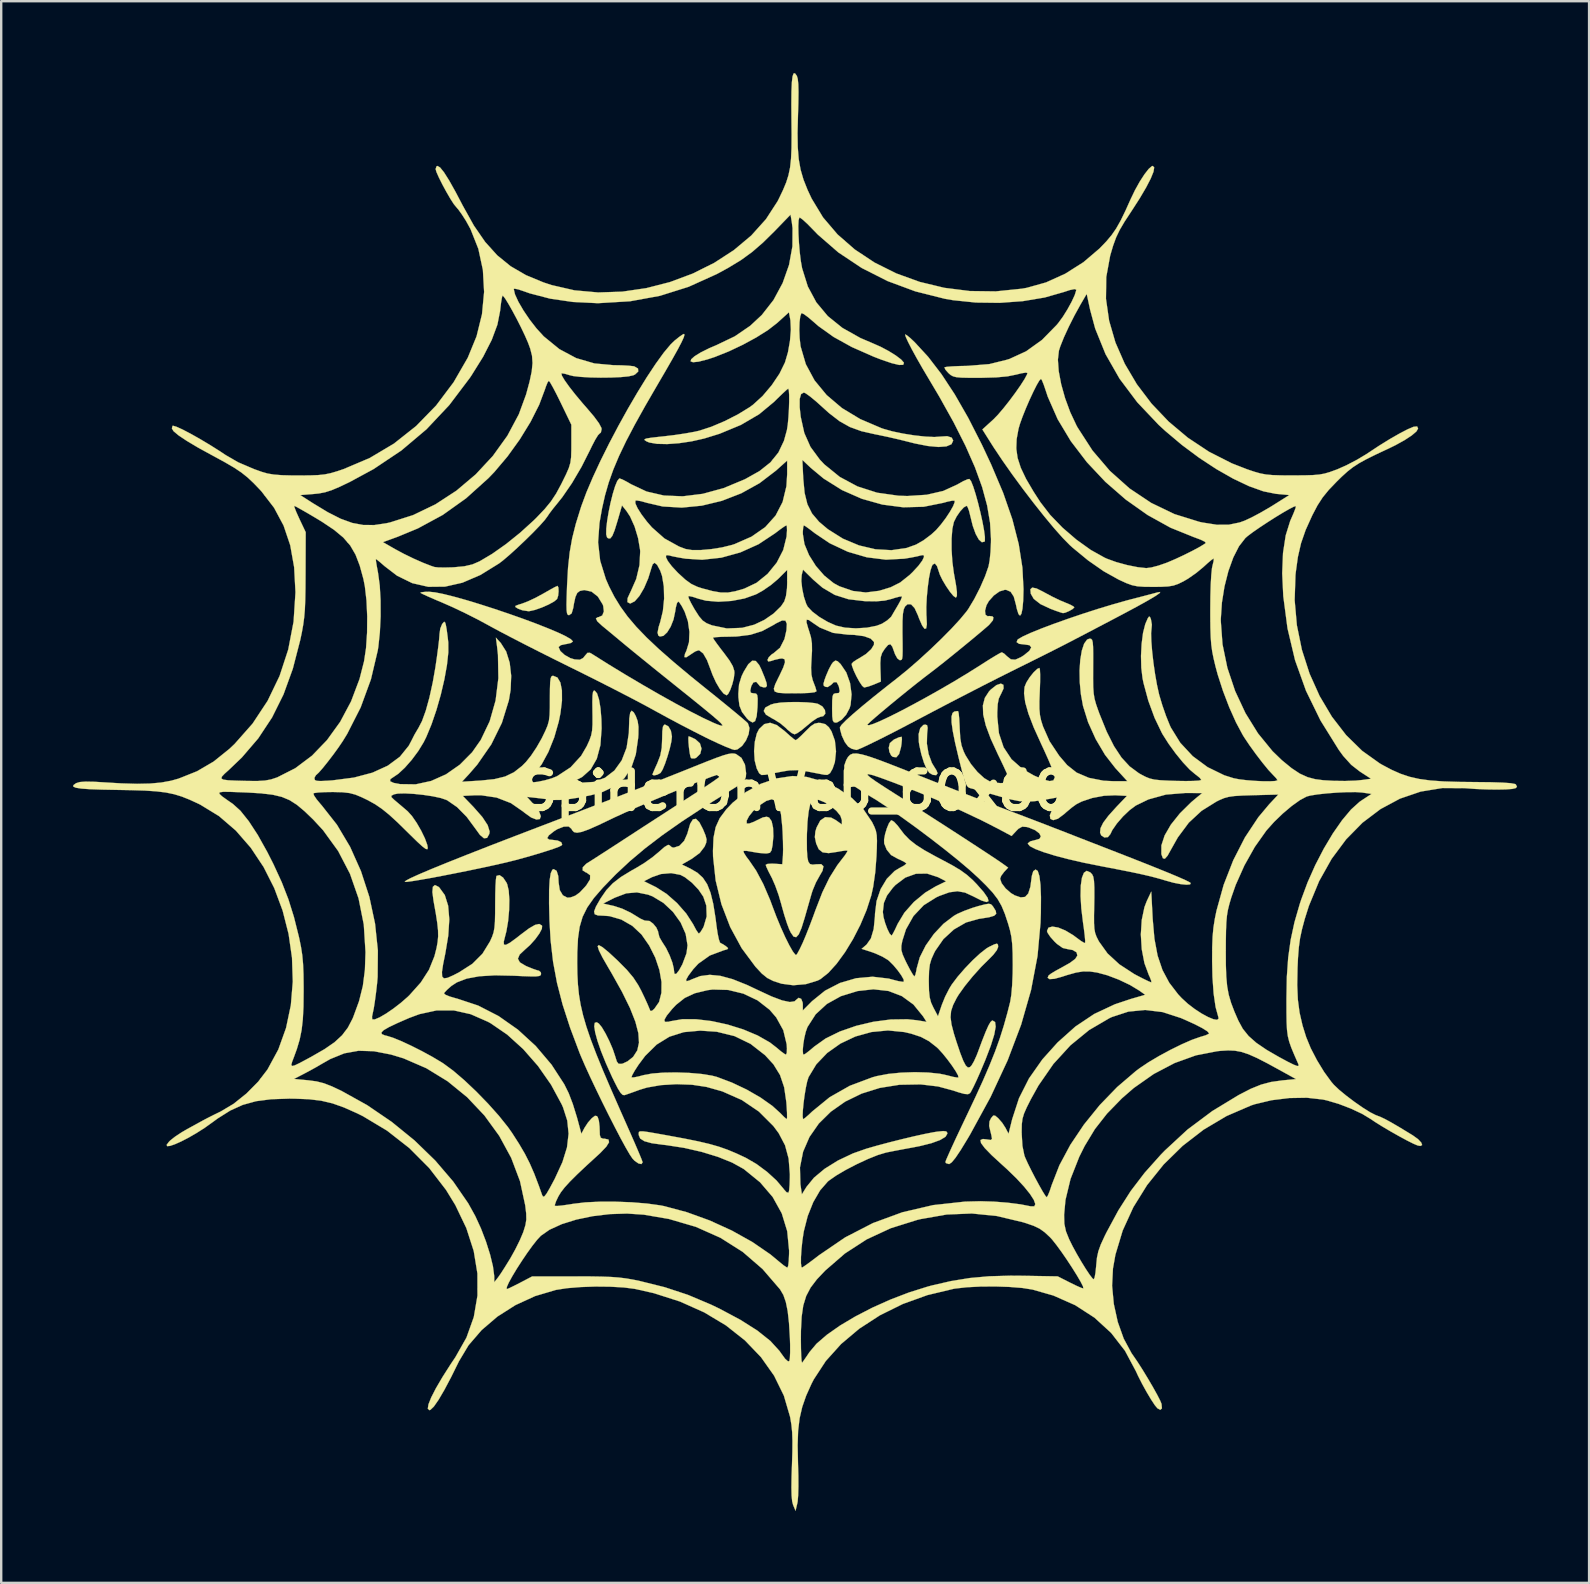
<source format=kicad_pcb>
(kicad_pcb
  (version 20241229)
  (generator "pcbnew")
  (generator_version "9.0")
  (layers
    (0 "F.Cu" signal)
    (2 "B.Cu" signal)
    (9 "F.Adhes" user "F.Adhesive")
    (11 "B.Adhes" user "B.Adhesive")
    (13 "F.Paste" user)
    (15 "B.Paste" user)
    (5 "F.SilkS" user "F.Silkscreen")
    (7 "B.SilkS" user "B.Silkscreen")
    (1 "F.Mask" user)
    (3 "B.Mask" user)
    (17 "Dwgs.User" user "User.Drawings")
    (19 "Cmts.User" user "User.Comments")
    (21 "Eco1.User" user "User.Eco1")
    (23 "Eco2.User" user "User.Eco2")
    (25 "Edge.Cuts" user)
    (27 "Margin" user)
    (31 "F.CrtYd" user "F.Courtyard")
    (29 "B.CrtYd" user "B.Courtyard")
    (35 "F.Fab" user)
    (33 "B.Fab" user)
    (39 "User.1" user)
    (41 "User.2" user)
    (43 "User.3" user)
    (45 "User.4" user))
  (footprint "SpiderOnWeb_60x60"
    (layer "F.Cu")
    (at 30.084 29.917)
    (property "Reference" "SpiderOnWeb_60x60" (at 0 0 0) (layer "F.SilkS") (effects (font (size 1.524 1.524) (thickness 0.3))))
    (attr through_hole)
    (fp_poly (pts (xy 4.448 -2.255) (xy 4.457 -2.16) (xy 4.439 -1.96) (xy 4.418 -1.822) (xy 4.339 -1.538) (xy 4.223 -1.403) (xy 4.078 -1.422) (xy 4.008 -1.479) (xy 3.933 -1.632) (xy 3.908 -1.805) (xy 3.954 -1.997) (xy 4.117 -2.138) (xy 4.159 -2.161) (xy 4.337 -2.239) (xy 4.442 -2.258) (xy 4.448 -2.255)) (stroke (width 0.01) (type solid)) (fill yes) (layer "F.SilkS"))
    (fp_poly (pts (xy -4.336 -2.246) (xy -4.164 -2.163) (xy -4.148 -2.155) (xy -3.962 -1.986) (xy -3.896 -1.768) (xy -3.947 -1.551) (xy -4.115 -1.386) (xy -4.175 -1.359) (xy -4.312 -1.357) (xy -4.352 -1.406) (xy -4.387 -1.571) (xy -4.418 -1.796) (xy -4.439 -2.026) (xy -4.445 -2.205) (xy -4.432 -2.279) (xy -4.431 -2.279) (xy -4.336 -2.246)) (stroke (width 0.01) (type solid)) (fill yes) (layer "F.SilkS"))
    (fp_poly (pts (xy 10.069 -8.441) (xy 10.363 -8.293) (xy 10.388 -8.279) (xy 10.708 -8.107) (xy 11.041 -7.946) (xy 11.255 -7.857) (xy 11.475 -7.764) (xy 11.615 -7.685) (xy 11.642 -7.655) (xy 11.577 -7.587) (xy 11.427 -7.5) (xy 11.264 -7.431) (xy 11.17 -7.413) (xy 11.068 -7.442) (xy 10.864 -7.512) (xy 10.665 -7.586) (xy 10.235 -7.786) (xy 9.952 -8.006) (xy 9.828 -8.22) (xy 9.81 -8.405) (xy 9.888 -8.478) (xy 10.069 -8.441)) (stroke (width 0.01) (type solid)) (fill yes) (layer "F.SilkS"))
    (fp_poly (pts (xy 5.505 -2.741) (xy 5.529 -2.633) (xy 5.509 -2.407) (xy 5.507 -2.396) (xy 5.497 -1.974) (xy 5.568 -1.542) (xy 5.705 -1.17) (xy 5.783 -1.041) (xy 5.893 -0.866) (xy 5.943 -0.741) (xy 5.943 -0.736) (xy 5.885 -0.66) (xy 5.746 -0.672) (xy 5.601 -0.753) (xy 5.491 -0.908) (xy 5.374 -1.18) (xy 5.267 -1.525) (xy 5.183 -1.9) (xy 5.161 -2.043) (xy 5.153 -2.372) (xy 5.22 -2.618) (xy 5.35 -2.752) (xy 5.428 -2.768) (xy 5.505 -2.741)) (stroke (width 0.01) (type solid)) (fill yes) (layer "F.SilkS"))
    (fp_poly (pts (xy -9.861 -8.48) (xy -9.853 -8.32) (xy -9.871 -8.139) (xy -9.914 -8.005) (xy -9.915 -8.003) (xy -10.041 -7.897) (xy -10.272 -7.77) (xy -10.555 -7.646) (xy -10.837 -7.547) (xy -11.064 -7.496) (xy -11.113 -7.493) (xy -11.361 -7.531) (xy -11.545 -7.6) (xy -11.652 -7.667) (xy -11.652 -7.713) (xy -11.527 -7.764) (xy -11.383 -7.807) (xy -11.134 -7.902) (xy -10.815 -8.051) (xy -10.495 -8.225) (xy -10.488 -8.229) (xy -10.224 -8.38) (xy -10.018 -8.493) (xy -9.906 -8.546) (xy -9.897 -8.548) (xy -9.861 -8.48)) (stroke (width 0.01) (type solid)) (fill yes) (layer "F.SilkS"))
    (fp_poly (pts (xy -5.278 -2.695) (xy -5.172 -2.512) (xy -5.129 -2.271) (xy -5.129 -2.264) (xy -5.154 -2.054) (xy -5.22 -1.765) (xy -5.313 -1.444) (xy -5.416 -1.138) (xy -5.517 -0.893) (xy -5.6 -0.758) (xy -5.605 -0.753) (xy -5.743 -0.677) (xy -5.879 -0.649) (xy -5.943 -0.682) (xy -5.943 -0.684) (xy -5.911 -0.769) (xy -5.829 -0.957) (xy -5.74 -1.152) (xy -5.615 -1.476) (xy -5.553 -1.805) (xy -5.537 -2.178) (xy -5.529 -2.495) (xy -5.504 -2.68) (xy -5.454 -2.759) (xy -5.417 -2.768) (xy -5.278 -2.695)) (stroke (width 0.01) (type solid)) (fill yes) (layer "F.SilkS"))
    (fp_poly (pts (xy 0.51 -3.693) (xy 0.814 -3.663) (xy 0.957 -3.632) (xy 1.144 -3.522) (xy 1.249 -3.371) (xy 1.263 -3.221) (xy 1.177 -3.117) (xy 1.062 -3.094) (xy 0.928 -3.042) (xy 0.723 -2.906) (xy 0.506 -2.727) (xy 0.282 -2.541) (xy 0.093 -2.409) (xy -0.017 -2.361) (xy -0.141 -2.416) (xy -0.312 -2.555) (xy -0.371 -2.616) (xy -0.605 -2.815) (xy -0.887 -2.993) (xy -0.957 -3.027) (xy -1.21 -3.181) (xy -1.303 -3.334) (xy -1.237 -3.477) (xy -1.013 -3.599) (xy -0.855 -3.646) (xy -0.6 -3.684) (xy -0.251 -3.704) (xy 0.137 -3.707) (xy 0.51 -3.693)) (stroke (width 0.01) (type solid)) (fill yes) (layer "F.SilkS"))
    (fp_poly (pts (xy -1.635 -5.419) (xy -1.493 -5.252) (xy -1.405 -5.072) (xy -1.264 -4.729) (xy -1.187 -4.508) (xy -1.171 -4.383) (xy -1.212 -4.327) (xy -1.3 -4.315) (xy -1.459 -4.366) (xy -1.517 -4.437) (xy -1.615 -4.549) (xy -1.733 -4.525) (xy -1.821 -4.376) (xy -1.864 -4.179) (xy -1.838 -4.092) (xy -1.727 -4.071) (xy -1.706 -4.071) (xy -1.621 -4.058) (xy -1.573 -3.997) (xy -1.555 -3.854) (xy -1.559 -3.594) (xy -1.564 -3.481) (xy -1.596 -3.12) (xy -1.662 -2.913) (xy -1.767 -2.854) (xy -1.916 -2.938) (xy -2.008 -3.03) (xy -2.207 -3.289) (xy -2.316 -3.559) (xy -2.358 -3.902) (xy -2.361 -4.056) (xy -2.332 -4.441) (xy -2.227 -4.782) (xy -2.133 -4.977) (xy -1.947 -5.283) (xy -1.783 -5.43) (xy -1.635 -5.419)) (stroke (width 0.01) (type solid)) (fill yes) (layer "F.SilkS"))
    (fp_poly (pts (xy 1.779 -5.407) (xy 1.902 -5.289) (xy 2.139 -4.939) (xy 2.295 -4.5) (xy 2.358 -4.03) (xy 2.318 -3.59) (xy 2.274 -3.445) (xy 2.133 -3.181) (xy 1.946 -2.972) (xy 1.755 -2.858) (xy 1.695 -2.849) (xy 1.619 -2.868) (xy 1.574 -2.945) (xy 1.553 -3.115) (xy 1.547 -3.41) (xy 1.547 -3.46) (xy 1.551 -3.772) (xy 1.568 -3.955) (xy 1.608 -4.043) (xy 1.68 -4.07) (xy 1.71 -4.071) (xy 1.83 -4.086) (xy 1.865 -4.163) (xy 1.829 -4.344) (xy 1.821 -4.376) (xy 1.736 -4.533) (xy 1.616 -4.532) (xy 1.506 -4.424) (xy 1.363 -4.331) (xy 1.273 -4.34) (xy 1.202 -4.383) (xy 1.186 -4.464) (xy 1.23 -4.625) (xy 1.3 -4.816) (xy 1.413 -5.078) (xy 1.527 -5.288) (xy 1.586 -5.366) (xy 1.684 -5.437) (xy 1.779 -5.407)) (stroke (width 0.01) (type solid)) (fill yes) (layer "F.SilkS"))
    (fp_poly (pts (xy -0.757 -2.747) (xy -0.433 -2.499) (xy -0.421 -2.488) (xy -0.212 -2.3) (xy -0.05 -2.166) (xy 0.03 -2.117) (xy 0.11 -2.171) (xy 0.266 -2.313) (xy 0.441 -2.489) (xy 0.655 -2.698) (xy 0.816 -2.806) (xy 0.97 -2.839) (xy 1.068 -2.835) (xy 1.264 -2.786) (xy 1.411 -2.658) (xy 1.523 -2.483) (xy 1.663 -2.098) (xy 1.71 -1.648) (xy 1.662 -1.204) (xy 1.569 -0.932) (xy 1.459 -0.741) (xy 1.348 -0.67) (xy 1.223 -0.677) (xy 1.033 -0.713) (xy 0.752 -0.767) (xy 0.509 -0.814) (xy 0.116 -0.869) (xy -0.239 -0.858) (xy -0.509 -0.814) (xy -0.818 -0.755) (xy -1.094 -0.702) (xy -1.242 -0.674) (xy -1.394 -0.666) (xy -1.493 -0.739) (xy -1.589 -0.928) (xy -1.596 -0.944) (xy -1.68 -1.271) (xy -1.705 -1.661) (xy -1.674 -2.056) (xy -1.591 -2.397) (xy -1.496 -2.582) (xy -1.278 -2.788) (xy -1.035 -2.843) (xy -0.757 -2.747)) (stroke (width 0.01) (type solid)) (fill yes) (layer "F.SilkS"))
    (fp_poly (pts (xy 2.795 -1.522) (xy 3.1 -1.433) (xy 3.503 -1.292) (xy 4.021 -1.095) (xy 4.671 -0.839) (xy 4.731 -0.815) (xy 5.502 -0.51) (xy 6.144 -0.256) (xy 6.681 -0.044) (xy 7.135 0.135) (xy 7.529 0.288) (xy 7.885 0.427) (xy 8.228 0.558) (xy 8.578 0.692) (xy 8.96 0.837) (xy 9.118 0.897) (xy 9.605 1.081) (xy 10.125 1.28) (xy 10.617 1.47) (xy 11.02 1.626) (xy 11.031 1.63) (xy 11.39 1.77) (xy 11.853 1.951) (xy 12.375 2.154) (xy 12.909 2.362) (xy 13.229 2.486) (xy 14.132 2.839) (xy 14.884 3.137) (xy 15.489 3.381) (xy 15.95 3.573) (xy 16.269 3.714) (xy 16.449 3.805) (xy 16.493 3.838) (xy 16.467 3.893) (xy 16.317 3.906) (xy 16.076 3.882) (xy 15.776 3.824) (xy 15.468 3.739) (xy 15.168 3.65) (xy 14.843 3.563) (xy 14.464 3.475) (xy 14.006 3.377) (xy 13.441 3.265) (xy 12.743 3.131) (xy 12.741 3.131) (xy 12.033 2.989) (xy 11.392 2.841) (xy 10.831 2.694) (xy 10.367 2.551) (xy 10.014 2.417) (xy 9.788 2.298) (xy 9.705 2.198) (xy 9.707 2.179) (xy 9.804 2.1) (xy 9.991 2.051) (xy 9.999 2.05) (xy 10.19 1.994) (xy 10.246 1.891) (xy 10.181 1.764) (xy 10.01 1.634) (xy 9.746 1.524) (xy 9.659 1.501) (xy 9.471 1.486) (xy 9.313 1.574) (xy 9.228 1.659) (xy 9.028 1.875) (xy 8.442 1.562) (xy 7.761 1.215) (xy 6.972 0.842) (xy 6.124 0.463) (xy 5.264 0.101) (xy 4.6 -0.163) (xy 3.991 -0.395) (xy 3.531 -0.564) (xy 3.217 -0.667) (xy 3.047 -0.704) (xy 3.018 -0.672) (xy 3.129 -0.569) (xy 3.376 -0.394) (xy 3.757 -0.144) (xy 4.214 0.147) (xy 4.698 0.454) (xy 5.228 0.793) (xy 5.784 1.15) (xy 6.345 1.511) (xy 6.889 1.863) (xy 7.396 2.193) (xy 7.845 2.487) (xy 8.215 2.731) (xy 8.486 2.912) (xy 8.615 3.001) (xy 8.884 3.194) (xy 8.716 3.373) (xy 8.595 3.534) (xy 8.548 3.656) (xy 8.613 3.844) (xy 8.777 4.06) (xy 9 4.255) (xy 9.156 4.349) (xy 9.407 4.435) (xy 9.591 4.414) (xy 9.722 4.271) (xy 9.81 3.994) (xy 9.867 3.568) (xy 9.87 3.542) (xy 9.93 3.343) (xy 10.027 3.273) (xy 10.118 3.333) (xy 10.187 3.548) (xy 10.232 3.911) (xy 10.252 4.417) (xy 10.248 5.058) (xy 10.234 5.492) (xy 10.108 6.88) (xy 9.839 8.294) (xy 9.425 9.74) (xy 8.864 11.222) (xy 8.154 12.748) (xy 7.294 14.324) (xy 7.183 14.511) (xy 6.905 14.967) (xy 6.691 15.286) (xy 6.534 15.476) (xy 6.429 15.548) (xy 6.418 15.549) (xy 6.293 15.511) (xy 6.269 15.465) (xy 6.302 15.37) (xy 6.398 15.151) (xy 6.544 14.827) (xy 6.732 14.421) (xy 6.953 13.953) (xy 7.115 13.613) (xy 7.511 12.777) (xy 7.84 12.057) (xy 8.112 11.426) (xy 8.34 10.857) (xy 8.532 10.322) (xy 8.699 9.794) (xy 8.853 9.246) (xy 8.968 8.792) (xy 9.015 8.503) (xy 9.051 8.093) (xy 9.072 7.604) (xy 9.076 7.246) (xy 9.071 6.753) (xy 9.053 6.377) (xy 9.018 6.074) (xy 8.959 5.796) (xy 8.885 5.537) (xy 8.747 5.121) (xy 8.611 4.792) (xy 8.45 4.51) (xy 8.24 4.235) (xy 7.954 3.928) (xy 7.641 3.62) (xy 7.27 3.283) (xy 6.798 2.884) (xy 6.251 2.444) (xy 5.659 1.985) (xy 5.049 1.528) (xy 4.449 1.094) (xy 3.889 0.704) (xy 3.396 0.379) (xy 3.006 0.145) (xy 2.535 -0.157) (xy 2.222 -0.453) (xy 2.063 -0.752) (xy 2.053 -1.06) (xy 2.138 -1.296) (xy 2.211 -1.42) (xy 2.296 -1.508) (xy 2.41 -1.557) (xy 2.571 -1.563) (xy 2.795 -1.522)) (stroke (width 0.01) (type solid)) (fill yes) (layer "F.SilkS"))
    (fp_poly (pts (xy 4.662 -18.994) (xy 4.812 -18.871) (xy 4.983 -18.71) (xy 5.551 -18.093) (xy 6.108 -17.368) (xy 6.662 -16.524) (xy 7.221 -15.549) (xy 7.79 -14.432) (xy 8.175 -13.61) (xy 8.678 -12.421) (xy 9.06 -11.319) (xy 9.325 -10.287) (xy 9.478 -9.308) (xy 9.524 -8.413) (xy 9.512 -7.946) (xy 9.482 -7.602) (xy 9.437 -7.386) (xy 9.38 -7.307) (xy 9.315 -7.373) (xy 9.246 -7.589) (xy 9.21 -7.76) (xy 9.118 -8.102) (xy 8.987 -8.303) (xy 8.804 -8.382) (xy 8.748 -8.385) (xy 8.526 -8.319) (xy 8.286 -8.147) (xy 8.078 -7.913) (xy 7.979 -7.737) (xy 7.92 -7.509) (xy 7.941 -7.345) (xy 8.034 -7.282) (xy 8.089 -7.293) (xy 8.227 -7.278) (xy 8.269 -7.236) (xy 8.25 -7.116) (xy 8.097 -6.932) (xy 8.013 -6.855) (xy 7.746 -6.627) (xy 7.398 -6.336) (xy 7.004 -6.012) (xy 6.599 -5.682) (xy 6.217 -5.375) (xy 5.895 -5.121) (xy 5.693 -4.966) (xy 5.406 -4.747) (xy 5.066 -4.481) (xy 4.696 -4.185) (xy 4.316 -3.877) (xy 3.947 -3.574) (xy 3.613 -3.295) (xy 3.333 -3.056) (xy 3.129 -2.876) (xy 3.023 -2.773) (xy 3.012 -2.756) (xy 3.079 -2.739) (xy 3.268 -2.797) (xy 3.563 -2.921) (xy 3.945 -3.101) (xy 4.398 -3.329) (xy 4.905 -3.596) (xy 5.448 -3.892) (xy 6.011 -4.208) (xy 6.576 -4.536) (xy 7.126 -4.867) (xy 7.643 -5.19) (xy 7.758 -5.264) (xy 8.077 -5.467) (xy 8.347 -5.632) (xy 8.539 -5.743) (xy 8.621 -5.78) (xy 8.718 -5.726) (xy 8.833 -5.617) (xy 8.998 -5.487) (xy 9.18 -5.473) (xy 9.416 -5.577) (xy 9.547 -5.661) (xy 9.769 -5.844) (xy 9.846 -5.985) (xy 9.776 -6.075) (xy 9.571 -6.106) (xy 9.342 -6.132) (xy 9.237 -6.203) (xy 9.274 -6.303) (xy 9.302 -6.327) (xy 9.499 -6.442) (xy 9.828 -6.592) (xy 10.266 -6.77) (xy 10.789 -6.967) (xy 11.371 -7.174) (xy 11.99 -7.384) (xy 12.62 -7.587) (xy 13.239 -7.774) (xy 13.821 -7.939) (xy 14.002 -7.987) (xy 14.386 -8.086) (xy 14.723 -8.174) (xy 14.976 -8.241) (xy 15.102 -8.275) (xy 15.222 -8.295) (xy 15.196 -8.246) (xy 15.025 -8.127) (xy 14.708 -7.939) (xy 14.244 -7.681) (xy 13.633 -7.354) (xy 13.229 -7.141) (xy 12.596 -6.809) (xy 12.08 -6.538) (xy 11.651 -6.315) (xy 11.282 -6.123) (xy 10.945 -5.951) (xy 10.611 -5.782) (xy 10.253 -5.602) (xy 9.843 -5.398) (xy 9.351 -5.154) (xy 8.996 -4.978) (xy 8.488 -4.723) (xy 7.873 -4.411) (xy 7.189 -4.059) (xy 6.473 -3.689) (xy 5.762 -3.317) (xy 5.093 -2.964) (xy 5.048 -2.94) (xy 4.478 -2.641) (xy 3.948 -2.367) (xy 3.477 -2.13) (xy 3.082 -1.937) (xy 2.784 -1.797) (xy 2.6 -1.721) (xy 2.554 -1.71) (xy 2.359 -1.762) (xy 2.216 -1.852) (xy 2.075 -2.04) (xy 1.951 -2.308) (xy 1.879 -2.573) (xy 1.872 -2.652) (xy 1.936 -2.752) (xy 2.12 -2.939) (xy 2.412 -3.204) (xy 2.803 -3.537) (xy 3.28 -3.928) (xy 3.833 -4.368) (xy 4.233 -4.681) (xy 4.679 -5.042) (xy 5.156 -5.456) (xy 5.639 -5.898) (xy 6.104 -6.345) (xy 6.527 -6.773) (xy 6.881 -7.158) (xy 7.144 -7.475) (xy 7.222 -7.584) (xy 7.471 -7.999) (xy 7.715 -8.476) (xy 7.923 -8.952) (xy 8.066 -9.361) (xy 8.067 -9.362) (xy 8.113 -9.612) (xy 8.149 -9.962) (xy 8.167 -10.353) (xy 8.169 -10.502) (xy 8.13 -11.183) (xy 8.008 -11.9) (xy 7.801 -12.664) (xy 7.502 -13.488) (xy 7.108 -14.383) (xy 6.613 -15.364) (xy 6.012 -16.441) (xy 5.568 -17.189) (xy 5.307 -17.629) (xy 5.069 -18.046) (xy 4.866 -18.417) (xy 4.711 -18.72) (xy 4.615 -18.93) (xy 4.59 -19.026) (xy 4.592 -19.028) (xy 4.662 -18.994)) (stroke (width 0.01) (type solid)) (fill yes) (layer "F.SilkS"))
    (fp_poly (pts (xy -2.533 -1.56) (xy -2.455 -1.539) (xy -2.23 -1.379) (xy -2.085 -1.099) (xy -2.037 -0.741) (xy -2.048 -0.587) (xy -2.096 -0.463) (xy -2.208 -0.343) (xy -2.409 -0.198) (xy -2.725 -0.000351) (xy -2.727 0.001) (xy -3.791 0.664) (xy -4.722 1.275) (xy -5.537 1.848) (xy -6.252 2.394) (xy -6.885 2.927) (xy -7.452 3.457) (xy -7.531 3.536) (xy -8.014 4.036) (xy -8.385 4.464) (xy -8.66 4.856) (xy -8.852 5.244) (xy -8.975 5.662) (xy -9.044 6.142) (xy -9.073 6.719) (xy -9.077 7.164) (xy -9.07 7.633) (xy -9.047 8.069) (xy -9.004 8.489) (xy -8.934 8.911) (xy -8.832 9.351) (xy -8.693 9.828) (xy -8.513 10.357) (xy -8.285 10.956) (xy -8.005 11.643) (xy -7.667 12.434) (xy -7.267 13.346) (xy -7.053 13.828) (xy -6.844 14.3) (xy -6.66 14.721) (xy -6.51 15.071) (xy -6.405 15.325) (xy -6.354 15.462) (xy -6.35 15.477) (xy -6.401 15.55) (xy -6.526 15.523) (xy -6.687 15.41) (xy -6.771 15.322) (xy -6.884 15.155) (xy -7.053 14.865) (xy -7.265 14.477) (xy -7.507 14.013) (xy -7.769 13.499) (xy -8.037 12.96) (xy -8.299 12.419) (xy -8.544 11.902) (xy -8.758 11.433) (xy -8.93 11.035) (xy -8.981 10.909) (xy -9.376 9.857) (xy -9.686 8.9) (xy -9.918 8.001) (xy -10.082 7.124) (xy -10.185 6.23) (xy -10.232 5.408) (xy -10.25 4.688) (xy -10.248 4.122) (xy -10.224 3.704) (xy -10.18 3.427) (xy -10.113 3.282) (xy -10.058 3.256) (xy -9.935 3.327) (xy -9.867 3.542) (xy -9.851 3.824) (xy -9.803 4.132) (xy -9.675 4.348) (xy -9.487 4.446) (xy -9.36 4.438) (xy -9.155 4.362) (xy -8.968 4.226) (xy -8.752 3.996) (xy -8.693 3.926) (xy -8.542 3.685) (xy -8.539 3.511) (xy -8.683 3.404) (xy -8.717 3.394) (xy -8.852 3.309) (xy -8.845 3.18) (xy -8.7 3.032) (xy -8.649 3) (xy -8.516 2.916) (xy -8.271 2.759) (xy -7.936 2.543) (xy -7.534 2.283) (xy -7.091 1.995) (xy -6.92 1.884) (xy -6.383 1.534) (xy -5.801 1.157) (xy -5.22 0.781) (xy -4.685 0.436) (xy -4.253 0.157) (xy -3.761 -0.161) (xy -3.402 -0.403) (xy -3.167 -0.572) (xy -3.05 -0.675) (xy -3.044 -0.718) (xy -3.141 -0.706) (xy -3.185 -0.694) (xy -3.446 -0.606) (xy -3.828 -0.464) (xy -4.302 -0.277) (xy -4.84 -0.059) (xy -5.415 0.179) (xy -5.999 0.426) (xy -6.563 0.669) (xy -7.079 0.898) (xy -7.52 1.1) (xy -7.715 1.194) (xy -8.225 1.437) (xy -8.61 1.606) (xy -8.891 1.706) (xy -9.085 1.74) (xy -9.212 1.714) (xy -9.29 1.632) (xy -9.311 1.584) (xy -9.427 1.482) (xy -9.632 1.484) (xy -9.896 1.587) (xy -10.035 1.672) (xy -10.257 1.846) (xy -10.327 1.963) (xy -10.245 2.025) (xy -10.115 2.037) (xy -9.889 2.066) (xy -9.74 2.138) (xy -9.703 2.231) (xy -9.729 2.27) (xy -9.84 2.326) (xy -10.077 2.413) (xy -10.408 2.521) (xy -10.801 2.642) (xy -11.224 2.764) (xy -11.645 2.879) (xy -12.033 2.976) (xy -12.049 2.98) (xy -12.522 3.087) (xy -13.046 3.201) (xy -13.597 3.316) (xy -14.153 3.428) (xy -14.689 3.533) (xy -15.183 3.626) (xy -15.612 3.702) (xy -15.95 3.757) (xy -16.176 3.787) (xy -16.266 3.788) (xy -16.215 3.735) (xy -16.011 3.627) (xy -15.654 3.466) (xy -15.143 3.249) (xy -14.48 2.979) (xy -13.664 2.654) (xy -12.696 2.275) (xy -11.575 1.843) (xy -10.302 1.356) (xy -10.054 1.261) (xy -8.862 0.806) (xy -7.703 0.36) (xy -6.606 -0.067) (xy -5.594 -0.463) (xy -4.694 -0.82) (xy -4.22 -1.011) (xy -3.695 -1.221) (xy -3.297 -1.375) (xy -3.005 -1.479) (xy -2.795 -1.54) (xy -2.645 -1.565) (xy -2.533 -1.56)) (stroke (width 0.01) (type solid)) (fill yes) (layer "F.SilkS"))
    (fp_poly (pts (xy 0.473 -0.589) (xy 1.148 -0.406) (xy 1.791 -0.105) (xy 2.37 0.292) (xy 2.853 0.764) (xy 3.209 1.289) (xy 3.218 1.307) (xy 3.312 1.5) (xy 3.373 1.665) (xy 3.406 1.842) (xy 3.417 2.071) (xy 3.41 2.392) (xy 3.396 2.725) (xy 3.345 3.393) (xy 3.258 3.997) (xy 3.179 4.355) (xy 2.983 4.962) (xy 2.725 5.575) (xy 2.421 6.169) (xy 2.087 6.717) (xy 1.738 7.196) (xy 1.393 7.578) (xy 1.065 7.838) (xy 0.948 7.9) (xy 0.453 8.051) (xy -0.071 8.097) (xy -0.556 8.033) (xy -0.57 8.029) (xy -0.905 7.92) (xy -1.156 7.793) (xy -1.38 7.612) (xy -1.637 7.337) (xy -1.646 7.327) (xy -2.222 6.552) (xy -2.699 5.673) (xy -3.065 4.721) (xy -3.307 3.728) (xy -3.415 2.727) (xy -3.419 2.503) (xy -2.15 2.503) (xy -2.127 2.583) (xy -2.023 2.746) (xy -1.92 2.88) (xy -1.62 3.318) (xy -1.319 3.884) (xy -1.036 4.545) (xy -0.952 4.773) (xy -0.776 5.237) (xy -0.59 5.686) (xy -0.406 6.094) (xy -0.235 6.436) (xy -0.091 6.687) (xy 0.015 6.822) (xy 0.048 6.838) (xy 0.1 6.77) (xy 0.197 6.591) (xy 0.317 6.338) (xy 0.321 6.33) (xy 0.448 6.03) (xy 0.604 5.637) (xy 0.764 5.212) (xy 0.853 4.966) (xy 1.142 4.221) (xy 1.44 3.608) (xy 1.762 3.095) (xy 1.936 2.868) (xy 2.087 2.672) (xy 2.176 2.531) (xy 2.188 2.487) (xy 2.097 2.483) (xy 1.9 2.511) (xy 1.765 2.537) (xy 1.401 2.59) (xy 1.153 2.558) (xy 0.99 2.428) (xy 0.883 2.19) (xy 0.827 1.923) (xy 0.85 1.686) (xy 0.901 1.52) (xy 1.055 1.229) (xy 1.258 1.091) (xy 1.505 1.109) (xy 1.7 1.214) (xy 1.954 1.395) (xy 1.954 1.216) (xy 1.891 1.03) (xy 1.727 0.828) (xy 1.498 0.635) (xy 1.243 0.475) (xy 0.997 0.373) (xy 0.798 0.353) (xy 0.713 0.394) (xy 0.632 0.559) (xy 0.568 0.862) (xy 0.521 1.281) (xy 0.497 1.792) (xy 0.494 1.995) (xy 0.497 2.444) (xy 0.514 2.753) (xy 0.554 2.945) (xy 0.625 3.044) (xy 0.736 3.071) (xy 0.867 3.056) (xy 1.093 3.049) (xy 1.187 3.138) (xy 1.149 3.323) (xy 1.023 3.541) (xy 0.874 3.81) (xy 0.739 4.133) (xy 0.696 4.263) (xy 0.611 4.559) (xy 0.505 4.93) (xy 0.402 5.292) (xy 0.271 5.712) (xy 0.156 5.978) (xy 0.049 6.094) (xy -0.059 6.068) (xy -0.174 5.904) (xy -0.243 5.76) (xy -0.335 5.515) (xy -0.444 5.175) (xy -0.548 4.806) (xy -0.57 4.722) (xy -0.683 4.335) (xy -0.823 3.946) (xy -0.961 3.629) (xy -0.983 3.588) (xy -1.109 3.345) (xy -1.195 3.157) (xy -1.221 3.078) (xy -1.149 3.04) (xy -0.967 3.028) (xy -0.875 3.031) (xy -0.529 3.053) (xy -0.502 2.687) (xy -0.496 2.445) (xy -0.501 2.097) (xy -0.517 1.7) (xy -0.531 1.477) (xy -0.583 0.97) (xy -0.668 0.617) (xy -0.794 0.411) (xy -0.968 0.345) (xy -1.199 0.414) (xy -1.495 0.609) (xy -1.533 0.639) (xy -1.748 0.84) (xy -1.917 1.051) (xy -2.013 1.235) (xy -2.012 1.352) (xy -2.008 1.357) (xy -1.908 1.356) (xy -1.72 1.287) (xy -1.583 1.219) (xy -1.339 1.102) (xy -1.179 1.073) (xy -1.078 1.108) (xy -0.974 1.259) (xy -0.914 1.531) (xy -0.901 1.888) (xy -0.935 2.259) (xy -0.978 2.476) (xy -1.045 2.576) (xy -1.177 2.603) (xy -1.246 2.603) (xy -1.511 2.582) (xy -1.795 2.534) (xy -1.807 2.531) (xy -2.012 2.496) (xy -2.138 2.497) (xy -2.15 2.503) (xy -3.419 2.503) (xy -3.419 2.486) (xy -3.395 1.942) (xy -3.307 1.508) (xy -3.137 1.133) (xy -2.865 0.768) (xy -2.6 0.491) (xy -2.047 0.044) (xy -1.426 -0.299) (xy -0.768 -0.525) (xy -0.108 -0.623) (xy 0.473 -0.589)) (stroke (width 0.01) (type solid)) (fill yes) (layer "F.SilkS"))
    (fp_poly (pts (xy -4.606 -19.015) (xy -4.638 -18.902) (xy -4.73 -18.702) (xy -4.887 -18.403) (xy -5.114 -17.996) (xy -5.417 -17.469) (xy -5.72 -16.951) (xy -6.239 -16.056) (xy -6.675 -15.273) (xy -7.037 -14.584) (xy -7.333 -13.965) (xy -7.573 -13.395) (xy -7.765 -12.855) (xy -7.918 -12.323) (xy -8.042 -11.776) (xy -8.144 -11.196) (xy -8.149 -11.167) (xy -8.207 -10.365) (xy -8.12 -9.597) (xy -7.883 -8.831) (xy -7.749 -8.525) (xy -7.528 -8.094) (xy -7.274 -7.681) (xy -6.975 -7.269) (xy -6.617 -6.847) (xy -6.187 -6.4) (xy -5.673 -5.915) (xy -5.06 -5.377) (xy -4.337 -4.773) (xy -3.656 -4.223) (xy -3.214 -3.868) (xy -2.811 -3.54) (xy -2.465 -3.255) (xy -2.195 -3.029) (xy -2.019 -2.876) (xy -1.962 -2.82) (xy -1.897 -2.625) (xy -1.931 -2.371) (xy -2.042 -2.107) (xy -2.205 -1.879) (xy -2.397 -1.735) (xy -2.513 -1.71) (xy -2.638 -1.744) (xy -2.878 -1.84) (xy -3.202 -1.983) (xy -3.579 -2.16) (xy -3.723 -2.231) (xy -4.206 -2.475) (xy -4.765 -2.765) (xy -5.333 -3.068) (xy -5.847 -3.349) (xy -5.903 -3.38) (xy -6.268 -3.579) (xy -6.749 -3.833) (xy -7.316 -4.127) (xy -7.94 -4.446) (xy -8.591 -4.774) (xy -9.238 -5.096) (xy -9.395 -5.173) (xy -10.026 -5.486) (xy -10.66 -5.804) (xy -11.268 -6.113) (xy -11.823 -6.399) (xy -12.296 -6.647) (xy -12.658 -6.842) (xy -12.741 -6.888) (xy -13.211 -7.142) (xy -13.739 -7.409) (xy -14.257 -7.656) (xy -14.643 -7.826) (xy -15.001 -7.978) (xy -15.303 -8.11) (xy -15.516 -8.208) (xy -15.612 -8.258) (xy -15.613 -8.259) (xy -15.567 -8.284) (xy -15.4 -8.301) (xy -15.251 -8.304) (xy -14.999 -8.278) (xy -14.64 -8.206) (xy -14.193 -8.094) (xy -13.679 -7.95) (xy -13.118 -7.779) (xy -12.53 -7.59) (xy -11.935 -7.389) (xy -11.353 -7.184) (xy -10.804 -6.98) (xy -10.308 -6.785) (xy -9.885 -6.607) (xy -9.556 -6.451) (xy -9.341 -6.325) (xy -9.258 -6.236) (xy -9.259 -6.227) (xy -9.344 -6.167) (xy -9.528 -6.125) (xy -9.564 -6.121) (xy -9.759 -6.078) (xy -9.849 -6.004) (xy -9.851 -5.993) (xy -9.781 -5.835) (xy -9.604 -5.672) (xy -9.37 -5.54) (xy -9.181 -5.483) (xy -8.967 -5.471) (xy -8.83 -5.543) (xy -8.762 -5.628) (xy -8.652 -5.756) (xy -8.548 -5.76) (xy -8.446 -5.702) (xy -7.767 -5.275) (xy -7.06 -4.844) (xy -6.346 -4.422) (xy -5.647 -4.019) (xy -4.984 -3.649) (xy -4.379 -3.324) (xy -3.854 -3.056) (xy -3.43 -2.856) (xy -3.23 -2.773) (xy -3.105 -2.73) (xy -3.034 -2.719) (xy -3.025 -2.748) (xy -3.087 -2.825) (xy -3.23 -2.96) (xy -3.462 -3.159) (xy -3.792 -3.432) (xy -4.23 -3.787) (xy -4.784 -4.232) (xy -4.966 -4.378) (xy -5.445 -4.762) (xy -5.919 -5.144) (xy -6.362 -5.503) (xy -6.747 -5.816) (xy -7.046 -6.062) (xy -7.164 -6.16) (xy -7.463 -6.409) (xy -7.746 -6.644) (xy -7.969 -6.828) (xy -8.039 -6.885) (xy -8.238 -7.07) (xy -8.298 -7.192) (xy -8.217 -7.244) (xy -8.185 -7.246) (xy -8.035 -7.312) (xy -7.966 -7.483) (xy -7.993 -7.714) (xy -8.016 -7.776) (xy -8.218 -8.104) (xy -8.479 -8.309) (xy -8.773 -8.373) (xy -8.802 -8.371) (xy -8.966 -8.337) (xy -9.076 -8.253) (xy -9.152 -8.085) (xy -9.214 -7.802) (xy -9.241 -7.632) (xy -9.308 -7.403) (xy -9.417 -7.327) (xy -9.418 -7.327) (xy -9.468 -7.342) (xy -9.501 -7.405) (xy -9.519 -7.537) (xy -9.524 -7.762) (xy -9.516 -8.104) (xy -9.5 -8.568) (xy -9.459 -9.306) (xy -9.391 -9.941) (xy -9.287 -10.531) (xy -9.135 -11.135) (xy -8.925 -11.812) (xy -8.9 -11.886) (xy -8.693 -12.445) (xy -8.424 -13.077) (xy -8.106 -13.762) (xy -7.749 -14.479) (xy -7.366 -15.206) (xy -6.969 -15.923) (xy -6.569 -16.608) (xy -6.179 -17.241) (xy -5.809 -17.8) (xy -5.473 -18.265) (xy -5.181 -18.614) (xy -5.027 -18.764) (xy -4.829 -18.923) (xy -4.679 -19.027) (xy -4.627 -19.05) (xy -4.606 -19.015)) (stroke (width 0.01) (type solid)) (fill yes) (layer "F.SilkS"))
    (fp_poly (pts (xy 0.072 -29.813) (xy 0.079 -29.802) (xy 0.115 -29.678) (xy 0.138 -29.46) (xy 0.146 -29.13) (xy 0.14 -28.671) (xy 0.124 -28.14) (xy 0.106 -27.423) (xy 0.115 -26.833) (xy 0.155 -26.336) (xy 0.233 -25.897) (xy 0.354 -25.481) (xy 0.523 -25.055) (xy 0.695 -24.688) (xy 1.168 -23.907) (xy 1.773 -23.197) (xy 2.495 -22.567) (xy 3.317 -22.023) (xy 4.223 -21.571) (xy 5.198 -21.218) (xy 6.224 -20.971) (xy 7.286 -20.837) (xy 8.367 -20.823) (xy 9.451 -20.934) (xy 9.656 -20.97) (xy 10.463 -21.196) (xy 11.264 -21.559) (xy 12.022 -22.039) (xy 12.697 -22.614) (xy 12.707 -22.625) (xy 12.976 -22.905) (xy 13.196 -23.167) (xy 13.388 -23.446) (xy 13.575 -23.777) (xy 13.778 -24.194) (xy 13.99 -24.667) (xy 14.172 -25.045) (xy 14.371 -25.401) (xy 14.568 -25.705) (xy 14.743 -25.928) (xy 14.877 -26.043) (xy 14.911 -26.051) (xy 14.971 -25.988) (xy 14.941 -25.808) (xy 14.826 -25.525) (xy 14.633 -25.152) (xy 14.368 -24.702) (xy 14.038 -24.189) (xy 14.004 -24.138) (xy 13.731 -23.721) (xy 13.532 -23.382) (xy 13.383 -23.07) (xy 13.26 -22.733) (xy 13.138 -22.32) (xy 13.135 -22.307) (xy 12.973 -21.421) (xy 12.961 -20.514) (xy 13.092 -19.6) (xy 13.356 -18.692) (xy 13.744 -17.805) (xy 14.249 -16.951) (xy 14.861 -16.144) (xy 15.572 -15.397) (xy 16.373 -14.724) (xy 17.255 -14.139) (xy 18.211 -13.654) (xy 18.839 -13.409) (xy 19.142 -13.307) (xy 19.392 -13.236) (xy 19.631 -13.191) (xy 19.902 -13.166) (xy 20.246 -13.155) (xy 20.707 -13.153) (xy 20.76 -13.153) (xy 21.231 -13.156) (xy 21.581 -13.166) (xy 21.847 -13.188) (xy 22.072 -13.229) (xy 22.294 -13.294) (xy 22.555 -13.389) (xy 22.599 -13.405) (xy 22.982 -13.575) (xy 23.415 -13.801) (xy 23.82 -14.043) (xy 23.916 -14.107) (xy 24.35 -14.394) (xy 24.785 -14.663) (xy 25.189 -14.895) (xy 25.528 -15.072) (xy 25.77 -15.175) (xy 25.787 -15.18) (xy 25.93 -15.194) (xy 25.97 -15.105) (xy 25.899 -14.984) (xy 25.702 -14.817) (xy 25.405 -14.622) (xy 25.031 -14.415) (xy 24.749 -14.277) (xy 24.229 -14.034) (xy 23.828 -13.836) (xy 23.515 -13.664) (xy 23.259 -13.498) (xy 23.029 -13.319) (xy 22.794 -13.106) (xy 22.588 -12.904) (xy 22.247 -12.549) (xy 21.992 -12.236) (xy 21.778 -11.906) (xy 21.565 -11.501) (xy 21.554 -11.479) (xy 21.282 -10.877) (xy 21.09 -10.324) (xy 20.959 -9.752) (xy 20.869 -9.094) (xy 20.859 -8.996) (xy 20.825 -7.954) (xy 20.917 -6.91) (xy 21.127 -5.883) (xy 21.446 -4.892) (xy 21.866 -3.957) (xy 22.377 -3.096) (xy 22.971 -2.328) (xy 23.639 -1.673) (xy 24.373 -1.149) (xy 24.472 -1.092) (xy 24.866 -0.883) (xy 25.236 -0.719) (xy 25.61 -0.593) (xy 26.015 -0.501) (xy 26.478 -0.438) (xy 27.026 -0.399) (xy 27.687 -0.379) (xy 28.347 -0.372) (xy 29 -0.365) (xy 29.493 -0.349) (xy 29.829 -0.325) (xy 30.012 -0.291) (xy 30.043 -0.274) (xy 30.091 -0.175) (xy 30.036 -0.119) (xy 29.896 -0.086) (xy 29.626 -0.066) (xy 29.26 -0.059) (xy 28.832 -0.065) (xy 28.374 -0.084) (xy 27.924 -0.117) (xy 26.982 -0.123) (xy 26.076 0.025) (xy 25.214 0.319) (xy 24.403 0.754) (xy 23.652 1.322) (xy 22.97 2.016) (xy 22.365 2.83) (xy 21.845 3.757) (xy 21.418 4.789) (xy 21.244 5.339) (xy 21.131 5.762) (xy 21.051 6.135) (xy 20.999 6.515) (xy 20.964 6.958) (xy 20.945 7.374) (xy 20.932 8.089) (xy 20.958 8.694) (xy 21.03 9.237) (xy 21.152 9.768) (xy 21.305 10.258) (xy 21.495 10.72) (xy 21.756 11.223) (xy 22.053 11.71) (xy 22.352 12.12) (xy 22.457 12.243) (xy 22.677 12.453) (xy 22.977 12.7) (xy 23.318 12.957) (xy 23.661 13.196) (xy 23.967 13.388) (xy 24.198 13.506) (xy 24.227 13.517) (xy 24.393 13.58) (xy 24.59 13.673) (xy 24.842 13.81) (xy 25.175 14.004) (xy 25.613 14.27) (xy 25.746 14.351) (xy 25.968 14.511) (xy 26.102 14.654) (xy 26.139 14.756) (xy 26.065 14.795) (xy 25.95 14.774) (xy 25.778 14.702) (xy 25.507 14.566) (xy 25.173 14.385) (xy 24.814 14.182) (xy 24.468 13.977) (xy 24.172 13.792) (xy 24.006 13.679) (xy 23.641 13.458) (xy 23.173 13.238) (xy 22.662 13.042) (xy 22.167 12.896) (xy 21.997 12.859) (xy 21.336 12.785) (xy 20.602 12.797) (xy 19.857 12.889) (xy 19.163 13.055) (xy 19.009 13.106) (xy 17.991 13.545) (xy 17.035 14.112) (xy 16.155 14.791) (xy 15.364 15.567) (xy 14.675 16.424) (xy 14.102 17.346) (xy 13.658 18.318) (xy 13.355 19.324) (xy 13.252 19.903) (xy 13.216 20.622) (xy 13.287 21.378) (xy 13.452 22.129) (xy 13.701 22.827) (xy 14.025 23.429) (xy 14.096 23.531) (xy 14.279 23.798) (xy 14.491 24.13) (xy 14.711 24.492) (xy 14.92 24.849) (xy 15.098 25.169) (xy 15.224 25.416) (xy 15.277 25.546) (xy 15.293 25.732) (xy 15.226 25.792) (xy 15.106 25.729) (xy 14.998 25.599) (xy 14.841 25.361) (xy 14.658 25.054) (xy 14.471 24.716) (xy 14.303 24.386) (xy 14.207 24.179) (xy 13.753 23.33) (xy 13.177 22.587) (xy 12.484 21.952) (xy 11.681 21.432) (xy 10.773 21.03) (xy 9.903 20.781) (xy 9.475 20.713) (xy 8.936 20.67) (xy 8.336 20.65) (xy 7.725 20.655) (xy 7.153 20.684) (xy 6.669 20.739) (xy 6.603 20.751) (xy 5.52 21.01) (xy 4.494 21.38) (xy 3.541 21.851) (xy 2.678 22.411) (xy 1.92 23.05) (xy 1.283 23.758) (xy 0.783 24.523) (xy 0.689 24.705) (xy 0.465 25.203) (xy 0.302 25.671) (xy 0.192 26.147) (xy 0.13 26.668) (xy 0.11 27.272) (xy 0.125 27.997) (xy 0.126 28.038) (xy 0.14 28.535) (xy 0.142 28.986) (xy 0.132 29.357) (xy 0.111 29.613) (xy 0.1 29.674) (xy 0.023 30) (xy -0.079 29.755) (xy -0.118 29.605) (xy -0.141 29.369) (xy -0.149 29.028) (xy -0.142 28.56) (xy -0.127 28.121) (xy -0.109 27.543) (xy -0.106 27.09) (xy -0.118 26.726) (xy -0.149 26.415) (xy -0.198 26.119) (xy -0.204 26.086) (xy -0.464 25.2) (xy -0.871 24.369) (xy -1.416 23.598) (xy -2.089 22.896) (xy -2.882 22.271) (xy -3.785 21.73) (xy -4.79 21.28) (xy -5.886 20.929) (xy -6.676 20.751) (xy -7.138 20.692) (xy -7.707 20.66) (xy -8.327 20.654) (xy -8.946 20.676) (xy -9.51 20.723) (xy -9.965 20.794) (xy -10.831 21.051) (xy -11.651 21.427) (xy -12.402 21.905) (xy -13.061 22.469) (xy -13.606 23.101) (xy -14.004 23.765) (xy -14.329 24.424) (xy -14.615 24.964) (xy -14.857 25.377) (xy -15.052 25.656) (xy -15.194 25.793) (xy -15.238 25.807) (xy -15.304 25.744) (xy -15.276 25.563) (xy -15.161 25.275) (xy -14.965 24.892) (xy -14.691 24.425) (xy -14.347 23.885) (xy -14.154 23.598) (xy -13.693 22.783) (xy -13.387 21.925) (xy -13.234 21.032) (xy -13.235 20.757) (xy -12.017 20.757) (xy -12.007 20.76) (xy -11.918 20.725) (xy -11.726 20.632) (xy -11.471 20.503) (xy -11.456 20.495) (xy -10.95 20.23) (xy -9.159 20.23) (xy -8.539 20.232) (xy -8.049 20.24) (xy -7.656 20.255) (xy -7.327 20.28) (xy -7.031 20.317) (xy -6.732 20.369) (xy -6.475 20.422) (xy -5.426 20.683) (xy -4.462 21.001) (xy -3.507 21.404) (xy -3.134 21.583) (xy -2.271 22.044) (xy -1.568 22.49) (xy -1.026 22.922) (xy -0.646 23.339) (xy -0.596 23.412) (xy -0.411 23.665) (xy -0.289 23.773) (xy -0.235 23.758) (xy -0.213 23.638) (xy -0.202 23.394) (xy -0.203 23.067) (xy -0.211 22.829) (xy 0.245 22.829) (xy 0.249 23.215) (xy 0.258 23.53) (xy 0.273 23.744) (xy 0.292 23.829) (xy 0.296 23.829) (xy 0.366 23.736) (xy 0.493 23.553) (xy 0.602 23.389) (xy 0.898 23.037) (xy 1.331 22.663) (xy 1.878 22.28) (xy 2.517 21.9) (xy 3.223 21.535) (xy 3.976 21.198) (xy 4.751 20.901) (xy 5.528 20.657) (xy 5.71 20.608) (xy 6.508 20.425) (xy 7.285 20.299) (xy 8.09 20.226) (xy 8.976 20.201) (xy 9.494 20.205) (xy 10.95 20.23) (xy 11.472 20.495) (xy 11.73 20.621) (xy 11.925 20.706) (xy 12.018 20.735) (xy 12.02 20.734) (xy 12.002 20.646) (xy 11.906 20.455) (xy 11.75 20.188) (xy 11.553 19.873) (xy 11.334 19.539) (xy 11.109 19.212) (xy 10.897 18.922) (xy 10.718 18.696) (xy 10.631 18.601) (xy 10.406 18.392) (xy 10.198 18.243) (xy 9.953 18.125) (xy 9.62 18.01) (xy 9.484 17.969) (xy 8.417 17.715) (xy 7.934 17.666) (xy 11.216 17.666) (xy 11.226 18.038) (xy 11.293 18.352) (xy 11.426 18.684) (xy 11.57 18.974) (xy 11.747 19.298) (xy 11.938 19.626) (xy 12.124 19.926) (xy 12.285 20.167) (xy 12.403 20.318) (xy 12.451 20.353) (xy 12.487 20.278) (xy 12.523 20.081) (xy 12.552 19.802) (xy 12.555 19.762) (xy 12.585 19.455) (xy 12.643 19.186) (xy 12.745 18.902) (xy 12.907 18.55) (xy 12.982 18.399) (xy 13.478 17.48) (xy 13.995 16.67) (xy 14.572 15.914) (xy 15.246 15.159) (xy 15.411 14.989) (xy 16.358 14.113) (xy 17.395 13.338) (xy 18.496 12.67) (xy 18.997 12.412) (xy 19.426 12.238) (xy 19.84 12.128) (xy 20.295 12.064) (xy 20.312 12.062) (xy 20.882 12.008) (xy 20.23 11.647) (xy 19.688 11.351) (xy 19.256 11.129) (xy 18.905 10.973) (xy 18.607 10.874) (xy 18.333 10.824) (xy 18.053 10.812) (xy 17.739 10.831) (xy 17.593 10.846) (xy 16.71 11.018) (xy 15.822 11.338) (xy 14.951 11.795) (xy 14.121 12.378) (xy 13.626 12.808) (xy 13.004 13.447) (xy 12.499 14.092) (xy 12.071 14.799) (xy 11.847 15.248) (xy 11.484 16.169) (xy 11.273 17.044) (xy 11.216 17.666) (xy 7.934 17.666) (xy 7.373 17.609) (xy 6.322 17.652) (xy 5.234 17.843) (xy 5.1 17.875) (xy 3.992 18.222) (xy 2.991 18.686) (xy 2.083 19.274) (xy 1.261 19.986) (xy 0.911 20.355) (xy 0.65 20.698) (xy 0.466 21.049) (xy 0.345 21.443) (xy 0.277 21.912) (xy 0.248 22.492) (xy 0.245 22.829) (xy -0.211 22.829) (xy -0.212 22.798) (xy -0.25 22.169) (xy -0.305 21.677) (xy -0.382 21.298) (xy -0.484 21.006) (xy -0.619 20.776) (xy -0.625 20.768) (xy -1.351 19.925) (xy -2.178 19.21) (xy -3.105 18.623) (xy -4.131 18.166) (xy -5.256 17.837) (xy -6.302 17.658) (xy -6.998 17.612) (xy -7.719 17.635) (xy -8.434 17.721) (xy -9.112 17.862) (xy -9.722 18.053) (xy -10.232 18.286) (xy -10.59 18.536) (xy -10.747 18.704) (xy -10.943 18.952) (xy -11.161 19.254) (xy -11.384 19.584) (xy -11.598 19.916) (xy -11.784 20.226) (xy -11.927 20.486) (xy -12.01 20.672) (xy -12.017 20.757) (xy -13.235 20.757) (xy -13.236 20.111) (xy -13.39 19.171) (xy -13.698 18.217) (xy -14.157 17.258) (xy -14.544 16.626) (xy -15.245 15.715) (xy -16.072 14.884) (xy -17.001 14.157) (xy -18.007 13.554) (xy -18.249 13.434) (xy -18.794 13.191) (xy -19.278 13.019) (xy -19.75 12.908) (xy -20.264 12.847) (xy -20.871 12.823) (xy -21.085 12.822) (xy -21.832 12.847) (xy -22.462 12.929) (xy -23.016 13.082) (xy -23.535 13.317) (xy -24.059 13.647) (xy -24.274 13.804) (xy -24.604 14.04) (xy -24.945 14.257) (xy -25.277 14.449) (xy -25.583 14.607) (xy -25.846 14.724) (xy -26.046 14.792) (xy -26.166 14.803) (xy -26.189 14.749) (xy -26.095 14.624) (xy -26.032 14.561) (xy -25.838 14.408) (xy -25.566 14.228) (xy -25.34 14.096) (xy -25.06 13.943) (xy -24.809 13.805) (xy -24.667 13.727) (xy -24.491 13.634) (xy -24.226 13.5) (xy -23.928 13.355) (xy -23.927 13.354) (xy -23.396 13.037) (xy -22.862 12.609) (xy -22.372 12.114) (xy -22.287 12.002) (xy -20.882 12.002) (xy -20.278 12.059) (xy -19.941 12.104) (xy -19.633 12.182) (xy -19.299 12.312) (xy -18.902 12.499) (xy -17.83 13.095) (xy -16.809 13.791) (xy -15.856 14.566) (xy -14.994 15.403) (xy -14.243 16.281) (xy -13.621 17.183) (xy -13.324 17.719) (xy -13.087 18.236) (xy -12.877 18.785) (xy -12.707 19.324) (xy -12.589 19.811) (xy -12.537 20.205) (xy -12.535 20.256) (xy -12.534 20.475) (xy -12.374 20.271) (xy -12.26 20.108) (xy -12.094 19.85) (xy -11.906 19.546) (xy -11.846 19.446) (xy -11.651 19.094) (xy -11.469 18.725) (xy -11.335 18.41) (xy -11.317 18.36) (xy -11.235 18.093) (xy -11.198 17.865) (xy -11.203 17.61) (xy -11.243 17.272) (xy -11.461 16.263) (xy -11.827 15.292) (xy -12.326 14.374) (xy -12.943 13.525) (xy -13.665 12.761) (xy -14.477 12.099) (xy -15.365 11.555) (xy -16.315 11.143) (xy -16.84 10.984) (xy -17.554 10.846) (xy -18.19 10.827) (xy -18.783 10.934) (xy -19.367 11.171) (xy -19.702 11.361) (xy -19.939 11.5) (xy -20.239 11.666) (xy -20.435 11.77) (xy -20.882 12.002) (xy -22.287 12.002) (xy -21.986 11.609) (xy -21.535 10.777) (xy -21.212 9.877) (xy -21.012 8.927) (xy -20.931 7.945) (xy -20.964 6.949) (xy -21.107 5.955) (xy -21.355 4.983) (xy -21.703 4.048) (xy -22.147 3.17) (xy -22.682 2.365) (xy -23.304 1.651) (xy -24.007 1.046) (xy -24.789 0.568) (xy -24.864 0.531) (xy -25.229 0.363) (xy -25.557 0.232) (xy -25.878 0.134) (xy -25.975 0.114) (xy -23.994 0.114) (xy -23.88 0.222) (xy -23.645 0.39) (xy -23.428 0.54) (xy -23.114 0.823) (xy -22.767 1.257) (xy -22.392 1.831) (xy -21.996 2.54) (xy -21.736 3.053) (xy -21.391 3.804) (xy -21.114 4.515) (xy -20.883 5.253) (xy -20.675 6.084) (xy -20.661 6.146) (xy -20.588 6.505) (xy -20.536 6.844) (xy -20.503 7.208) (xy -20.485 7.637) (xy -20.479 8.176) (xy -20.479 8.345) (xy -20.486 8.993) (xy -20.513 9.518) (xy -20.563 9.96) (xy -20.644 10.359) (xy -20.761 10.754) (xy -20.885 11.094) (xy -20.96 11.29) (xy -20.992 11.412) (xy -20.963 11.462) (xy -20.855 11.438) (xy -20.647 11.339) (xy -20.321 11.165) (xy -20.152 11.073) (xy -19.608 10.76) (xy -19.191 10.472) (xy -18.877 10.182) (xy -18.787 10.064) (xy -17.238 10.064) (xy -17.219 10.133) (xy -17.095 10.186) (xy -17.003 10.207) (xy -16.755 10.284) (xy -16.405 10.427) (xy -15.991 10.62) (xy -15.548 10.843) (xy -15.115 11.079) (xy -14.728 11.31) (xy -14.652 11.359) (xy -14.244 11.659) (xy -13.777 12.059) (xy -13.283 12.527) (xy -12.795 13.029) (xy -12.346 13.531) (xy -11.97 14) (xy -11.795 14.247) (xy -11.498 14.71) (xy -11.259 15.118) (xy -11.057 15.516) (xy -10.868 15.949) (xy -10.672 16.465) (xy -10.537 16.845) (xy -10.498 16.908) (xy -10.441 16.892) (xy -10.353 16.78) (xy -10.222 16.555) (xy -10.034 16.203) (xy -10.011 16.16) (xy -9.693 15.469) (xy -9.502 14.852) (xy -9.436 14.283) (xy -9.491 13.737) (xy -9.667 13.188) (xy -9.722 13.063) (xy -10.167 12.24) (xy -10.71 11.462) (xy -11.328 10.757) (xy -11.994 10.154) (xy -12.684 9.681) (xy -12.797 9.619) (xy -13.519 9.302) (xy -14.224 9.144) (xy -14.93 9.144) (xy -15.653 9.301) (xy -16.079 9.459) (xy -16.574 9.675) (xy -16.925 9.842) (xy -17.144 9.969) (xy -17.238 10.064) (xy -18.787 10.064) (xy -18.637 9.866) (xy -18.445 9.499) (xy -18.412 9.423) (xy -18.17 8.762) (xy -18.011 8.125) (xy -17.925 7.453) (xy -17.9 6.716) (xy -17.972 5.568) (xy -18.19 4.476) (xy -18.548 3.449) (xy -19.042 2.499) (xy -19.668 1.636) (xy -20.078 1.192) (xy -20.44 0.844) (xy -20.757 0.578) (xy -21.061 0.383) (xy -21.385 0.247) (xy -21.761 0.157) (xy -22.222 0.1) (xy -22.239 0.099) (xy -20.071 0.099) (xy -20.049 0.182) (xy -19.937 0.349) (xy -19.757 0.565) (xy -19.726 0.599) (xy -19.091 1.406) (xy -18.542 2.328) (xy -18.09 3.34) (xy -17.74 4.415) (xy -17.503 5.526) (xy -17.385 6.648) (xy -17.395 7.753) (xy -17.418 8.02) (xy -17.464 8.421) (xy -17.513 8.786) (xy -17.558 9.072) (xy -17.589 9.215) (xy -17.628 9.404) (xy -17.622 9.514) (xy -17.619 9.518) (xy -17.511 9.519) (xy -17.308 9.433) (xy -17.041 9.277) (xy -16.739 9.07) (xy -16.429 8.831) (xy -16.141 8.58) (xy -16.07 8.511) (xy -15.596 7.981) (xy -15.256 7.454) (xy -15.027 6.887) (xy -14.939 6.541) (xy -14.895 6.296) (xy -14.873 6.064) (xy -14.877 5.812) (xy -14.909 5.505) (xy -14.97 5.109) (xy -15.063 4.589) (xy -15.066 4.573) (xy -15.113 4.211) (xy -15.093 3.993) (xy -15.007 3.92) (xy -14.857 3.994) (xy -14.824 4.023) (xy -14.595 4.338) (xy -14.456 4.782) (xy -14.408 5.35) (xy -14.452 6.034) (xy -14.572 6.757) (xy -14.666 7.221) (xy -14.714 7.542) (xy -14.706 7.733) (xy -14.632 7.809) (xy -14.48 7.787) (xy -14.239 7.68) (xy -13.998 7.556) (xy -13.447 7.203) (xy -13.026 6.782) (xy -12.711 6.269) (xy -12.624 6.075) (xy -12.564 5.899) (xy -12.527 5.702) (xy -12.506 5.448) (xy -12.498 5.1) (xy -12.496 4.709) (xy -12.492 4.298) (xy -12.482 3.947) (xy -12.465 3.687) (xy -12.445 3.55) (xy -12.439 3.538) (xy -12.314 3.507) (xy -12.167 3.607) (xy -12.026 3.816) (xy -11.994 3.886) (xy -11.932 4.15) (xy -11.906 4.526) (xy -11.915 4.965) (xy -11.956 5.42) (xy -12.028 5.845) (xy -12.082 6.055) (xy -12.138 6.279) (xy -12.132 6.399) (xy -12.05 6.414) (xy -11.88 6.324) (xy -11.609 6.126) (xy -11.429 5.984) (xy -11.084 5.726) (xy -10.833 5.581) (xy -10.661 5.542) (xy -10.552 5.604) (xy -10.54 5.622) (xy -10.55 5.744) (xy -10.654 5.941) (xy -10.825 6.177) (xy -11.038 6.415) (xy -11.249 6.605) (xy -11.476 6.819) (xy -11.549 6.992) (xy -11.467 7.142) (xy -11.225 7.287) (xy -11.158 7.317) (xy -10.917 7.414) (xy -10.732 7.477) (xy -10.67 7.49) (xy -10.595 7.556) (xy -10.583 7.623) (xy -10.598 7.676) (xy -10.658 7.71) (xy -10.788 7.727) (xy -11.012 7.728) (xy -11.356 7.717) (xy -11.707 7.7) (xy -12.502 7.683) (xy -13.155 7.722) (xy -13.681 7.819) (xy -14.09 7.975) (xy -14.319 8.124) (xy -14.497 8.281) (xy -14.612 8.405) (xy -14.63 8.435) (xy -14.57 8.491) (xy -14.389 8.566) (xy -14.122 8.644) (xy -14.076 8.655) (xy -13.205 8.944) (xy -12.356 9.38) (xy -11.55 9.946) (xy -10.807 10.627) (xy -10.147 11.406) (xy -9.618 12.22) (xy -9.434 12.591) (xy -9.26 13.046) (xy -9.084 13.615) (xy -8.979 14.003) (xy -8.904 14.287) (xy -8.775 14.043) (xy -8.627 13.817) (xy -8.47 13.639) (xy -8.336 13.537) (xy -8.256 13.55) (xy -8.219 13.599) (xy -8.173 13.748) (xy -8.146 13.988) (xy -8.142 14.104) (xy -8.134 14.338) (xy -8.096 14.452) (xy -8.006 14.489) (xy -7.938 14.491) (xy -7.774 14.527) (xy -7.749 14.638) (xy -7.864 14.824) (xy -8.118 15.09) (xy -8.202 15.167) (xy -8.7 15.623) (xy -9.089 15.99) (xy -9.385 16.285) (xy -9.602 16.524) (xy -9.756 16.723) (xy -9.859 16.892) (xy -9.961 17.105) (xy -10.01 17.254) (xy -10.008 17.291) (xy -9.915 17.296) (xy -9.7 17.275) (xy -9.402 17.232) (xy -9.237 17.205) (xy -8.745 17.146) (xy -8.142 17.117) (xy -7.477 17.117) (xy -6.801 17.143) (xy -6.163 17.195) (xy -5.612 17.271) (xy -5.454 17.302) (xy -4.507 17.556) (xy -3.554 17.901) (xy -2.631 18.322) (xy -1.776 18.799) (xy -1.026 19.314) (xy -0.661 19.617) (xy -0.48 19.766) (xy -0.346 19.854) (xy -0.315 19.864) (xy -0.283 19.789) (xy -0.26 19.588) (xy -0.247 19.297) (xy -0.246 19.152) (xy -0.324 18.347) (xy -0.552 17.603) (xy -0.929 16.923) (xy -1.454 16.31) (xy -2.125 15.764) (xy -2.152 15.746) (xy -2.616 15.489) (xy -3.205 15.251) (xy -3.886 15.042) (xy -4.62 14.874) (xy -5.373 14.758) (xy -5.52 14.742) (xy -5.972 14.68) (xy -6.277 14.596) (xy -6.452 14.485) (xy -6.512 14.339) (xy -6.513 14.325) (xy -6.514 14.255) (xy -6.502 14.208) (xy -6.452 14.184) (xy -6.343 14.184) (xy -6.149 14.21) (xy -5.847 14.261) (xy -5.414 14.338) (xy -5.287 14.361) (xy -4.595 14.489) (xy -4.033 14.603) (xy -3.568 14.712) (xy -3.169 14.826) (xy -2.805 14.954) (xy -2.444 15.105) (xy -2.054 15.287) (xy -2.045 15.291) (xy -1.605 15.547) (xy -1.164 15.874) (xy -0.772 16.232) (xy -0.478 16.579) (xy -0.462 16.603) (xy -0.351 16.725) (xy -0.27 16.742) (xy -0.269 16.741) (xy -0.243 16.638) (xy -0.224 16.412) (xy -0.215 16.107) (xy -0.214 15.973) (xy -0.265 15.321) (xy -0.415 14.765) (xy -0.68 14.261) (xy -0.903 13.962) (xy -1.504 13.362) (xy -2.215 12.88) (xy -3.031 12.519) (xy -3.693 12.333) (xy -4.293 12.243) (xy -4.942 12.22) (xy -5.586 12.259) (xy -6.167 12.36) (xy -6.472 12.452) (xy -6.752 12.554) (xy -6.985 12.636) (xy -7.103 12.676) (xy -7.18 12.668) (xy -7.268 12.583) (xy -7.382 12.401) (xy -7.535 12.101) (xy -7.615 11.934) (xy -6.816 11.934) (xy -6.814 11.938) (xy -6.721 11.938) (xy -6.52 11.898) (xy -6.311 11.842) (xy -5.957 11.776) (xy -5.492 11.739) (xy -4.962 11.73) (xy -4.415 11.749) (xy -3.898 11.794) (xy -3.461 11.864) (xy -3.256 11.917) (xy -2.63 12.153) (xy -2.009 12.447) (xy -1.435 12.778) (xy -0.946 13.123) (xy -0.616 13.422) (xy -0.462 13.578) (xy -0.358 13.668) (xy -0.34 13.677) (xy -0.33 13.602) (xy -0.331 13.542) (xy 0.318 13.542) (xy 0.333 13.666) (xy 0.345 13.677) (xy 0.422 13.625) (xy 0.576 13.491) (xy 0.713 13.361) (xy 1.446 12.762) (xy 2.285 12.286) (xy 3.224 11.934) (xy 3.413 11.882) (xy 3.873 11.794) (xy 4.416 11.739) (xy 4.991 11.719) (xy 5.548 11.734) (xy 6.037 11.785) (xy 6.343 11.851) (xy 6.587 11.914) (xy 6.76 11.944) (xy 6.813 11.938) (xy 6.795 11.851) (xy 6.696 11.674) (xy 6.54 11.44) (xy 6.351 11.185) (xy 6.154 10.941) (xy 5.973 10.742) (xy 5.908 10.681) (xy 5.583 10.427) (xy 5.249 10.249) (xy 4.848 10.116) (xy 4.553 10.047) (xy 3.874 9.98) (xy 3.187 10.046) (xy 2.518 10.232) (xy 1.894 10.527) (xy 1.342 10.918) (xy 0.889 11.391) (xy 0.565 11.927) (xy 0.508 12.105) (xy 0.451 12.372) (xy 0.399 12.688) (xy 0.356 13.014) (xy 0.328 13.312) (xy 0.318 13.542) (xy -0.331 13.542) (xy -0.333 13.402) (xy -0.35 13.113) (xy -0.361 12.968) (xy -0.451 12.349) (xy -0.624 11.837) (xy -0.899 11.391) (xy -1.248 11.011) (xy -1.852 10.54) (xy -2.52 10.216) (xy -3.261 10.034) (xy -3.948 9.988) (xy -4.634 10.051) (xy -5.234 10.241) (xy -5.765 10.568) (xy -6.244 11.04) (xy -6.523 11.413) (xy -6.679 11.654) (xy -6.783 11.84) (xy -6.816 11.934) (xy -7.615 11.934) (xy -7.644 11.875) (xy -7.886 11.334) (xy -8.084 10.842) (xy -8.232 10.414) (xy -8.327 10.065) (xy -8.367 9.81) (xy -8.346 9.663) (xy -8.262 9.639) (xy -8.174 9.694) (xy -8.049 9.848) (xy -7.895 10.109) (xy -7.736 10.428) (xy -7.594 10.76) (xy -7.494 11.056) (xy -7.493 11.061) (xy -7.425 11.276) (xy -7.354 11.369) (xy -7.241 11.374) (xy -7.179 11.361) (xy -6.98 11.268) (xy -6.771 11.103) (xy -6.737 11.068) (xy -6.572 10.81) (xy -6.502 10.488) (xy -6.528 10.092) (xy -6.653 9.613) (xy -6.682 9.539) (xy -5.445 9.539) (xy -5.421 9.623) (xy -5.274 9.619) (xy -5.19 9.596) (xy -4.702 9.512) (xy -4.118 9.513) (xy -3.475 9.59) (xy -2.809 9.735) (xy -2.159 9.937) (xy -1.559 10.189) (xy -1.047 10.48) (xy -0.773 10.692) (xy -0.578 10.856) (xy -0.428 10.963) (xy -0.375 10.987) (xy -0.343 10.916) (xy -0.339 10.805) (xy 0.324 10.805) (xy 0.336 10.957) (xy 0.364 10.99) (xy 0.451 10.94) (xy 0.619 10.81) (xy 0.802 10.654) (xy 1.276 10.316) (xy 1.871 10.024) (xy 2.548 9.789) (xy 3.268 9.618) (xy 3.992 9.523) (xy 4.683 9.514) (xy 5.082 9.556) (xy 5.483 9.621) (xy 5.336 9.39) (xy 4.937 8.9) (xy 4.453 8.548) (xy 3.894 8.335) (xy 3.268 8.265) (xy 2.609 8.338) (xy 1.913 8.552) (xy 1.329 8.876) (xy 0.862 9.306) (xy 0.52 9.839) (xy 0.447 10.043) (xy 0.386 10.302) (xy 0.343 10.571) (xy 0.324 10.805) (xy -0.339 10.805) (xy -0.336 10.73) (xy -0.348 10.553) (xy -0.488 9.97) (xy -0.782 9.438) (xy -1.058 9.118) (xy -1.559 8.727) (xy -2.148 8.447) (xy -2.786 8.292) (xy -3.431 8.274) (xy -3.651 8.303) (xy -4.175 8.43) (xy -4.593 8.624) (xy -4.954 8.911) (xy -5.119 9.085) (xy -5.344 9.361) (xy -5.445 9.539) (xy -6.682 9.539) (xy -6.879 9.042) (xy -7.209 8.371) (xy -7.645 7.591) (xy -7.776 7.369) (xy -8.023 6.94) (xy -8.173 6.64) (xy -8.225 6.469) (xy -8.177 6.425) (xy -8.026 6.508) (xy -7.772 6.716) (xy -7.413 7.048) (xy -7.376 7.084) (xy -7.01 7.453) (xy -6.74 7.774) (xy -6.532 8.092) (xy -6.408 8.325) (xy -6.265 8.623) (xy -6.148 8.88) (xy -6.077 9.048) (xy -6.07 9.068) (xy -6.024 9.171) (xy -5.955 9.157) (xy -5.863 9.078) (xy -5.665 8.795) (xy -5.567 8.413) (xy -5.563 7.96) (xy -5.65 7.462) (xy -5.823 6.946) (xy -6.077 6.44) (xy -6.396 5.982) (xy -6.779 5.622) (xy -7.239 5.358) (xy -7.728 5.216) (xy -7.975 5.198) (xy -8.216 5.187) (xy -8.348 5.136) (xy -8.373 5.021) (xy -8.297 4.821) (xy -8.223 4.692) (xy -7.995 4.692) (xy -7.54 4.794) (xy -7.203 4.904) (xy -6.847 5.073) (xy -6.674 5.178) (xy -6.445 5.319) (xy -6.263 5.401) (xy -6.179 5.408) (xy -6.061 5.419) (xy -5.913 5.529) (xy -5.779 5.691) (xy -5.704 5.861) (xy -5.699 5.905) (xy -5.649 6.096) (xy -5.537 6.29) (xy -5.377 6.538) (xy -5.226 6.849) (xy -5.108 7.161) (xy -5.05 7.413) (xy -5.047 7.456) (xy -5.024 7.619) (xy -4.953 7.626) (xy -4.834 7.477) (xy -4.694 7.224) (xy -4.522 6.766) (xy -4.479 6.43) (xy -4.557 5.955) (xy -4.767 5.48) (xy -5.085 5.039) (xy -5.483 4.665) (xy -5.935 4.393) (xy -6.122 4.321) (xy -6.588 4.226) (xy -7.031 4.265) (xy -7.499 4.442) (xy -7.523 4.453) (xy -7.995 4.692) (xy -8.223 4.692) (xy -8.122 4.514) (xy -8.097 4.472) (xy -7.863 4.133) (xy -7.595 3.848) (xy -7.483 3.761) (xy -6.293 3.761) (xy -5.785 4.012) (xy -5.351 4.289) (xy -4.916 4.671) (xy -4.532 5.108) (xy -4.247 5.55) (xy -4.227 5.589) (xy -4.117 5.795) (xy -4.03 5.921) (xy -4.002 5.941) (xy -3.935 5.874) (xy -3.835 5.71) (xy -3.806 5.653) (xy -3.681 5.228) (xy -3.696 4.776) (xy -3.821 4.406) (xy -4.02 4.112) (xy -4.293 3.824) (xy -4.588 3.594) (xy -4.777 3.495) (xy -5.161 3.423) (xy -5.586 3.461) (xy -5.958 3.59) (xy -6.293 3.761) (xy -7.483 3.761) (xy -7.256 3.585) (xy -6.81 3.313) (xy -6.635 3.216) (xy -6.29 3.008) (xy -5.939 2.76) (xy -5.668 2.534) (xy -5.439 2.334) (xy -5.289 2.245) (xy -5.234 2.259) (xy -5.131 2.346) (xy -5.05 2.361) (xy -4.817 2.285) (xy -4.619 2.077) (xy -4.483 1.769) (xy -4.469 1.713) (xy -4.368 1.366) (xy -4.254 1.182) (xy -4.128 1.16) (xy -3.987 1.3) (xy -3.834 1.594) (xy -3.728 1.852) (xy -3.685 2.02) (xy -3.7 2.156) (xy -3.768 2.318) (xy -3.77 2.322) (xy -3.971 2.584) (xy -4.301 2.826) (xy -4.309 2.831) (xy -4.716 3.064) (xy -4.355 3.239) (xy -4.068 3.407) (xy -3.84 3.615) (xy -3.661 3.885) (xy -3.52 4.241) (xy -3.407 4.704) (xy -3.312 5.297) (xy -3.272 5.615) (xy -3.226 5.93) (xy -3.175 6.176) (xy -3.128 6.314) (xy -3.113 6.33) (xy -2.99 6.395) (xy -2.881 6.468) (xy -2.788 6.549) (xy -2.819 6.597) (xy -2.972 6.64) (xy -3.549 6.856) (xy -4.029 7.197) (xy -4.242 7.428) (xy -4.447 7.703) (xy -4.539 7.868) (xy -4.519 7.929) (xy -4.388 7.892) (xy -4.316 7.857) (xy -3.948 7.714) (xy -3.553 7.662) (xy -3.11 7.705) (xy -2.599 7.844) (xy -1.998 8.084) (xy -1.535 8.303) (xy -0.971 8.565) (xy -0.533 8.729) (xy -0.216 8.796) (xy -0.018 8.766) (xy 0.041 8.711) (xy 0.153 8.62) (xy 0.26 8.664) (xy 0.321 8.822) (xy 0.326 8.889) (xy 0.326 9.148) (xy 0.712 8.759) (xy 1.253 8.322) (xy 1.875 8.001) (xy 2.546 7.804) (xy 3.233 7.741) (xy 3.905 7.819) (xy 4.064 7.862) (xy 4.308 7.925) (xy 4.483 7.952) (xy 4.538 7.945) (xy 4.526 7.853) (xy 4.43 7.682) (xy 4.278 7.471) (xy 4.1 7.259) (xy 3.923 7.083) (xy 3.87 7.04) (xy 3.644 6.904) (xy 3.348 6.77) (xy 3.2 6.716) (xy 2.777 6.579) (xy 2.984 6.401) (xy 3.163 6.146) (xy 3.28 5.751) (xy 3.332 5.226) (xy 3.334 5.118) (xy 3.342 5.056) (xy 3.663 5.056) (xy 3.69 5.258) (xy 3.758 5.505) (xy 3.848 5.748) (xy 3.941 5.938) (xy 4.02 6.023) (xy 4.027 6.024) (xy 4.075 5.956) (xy 4.168 5.778) (xy 4.282 5.533) (xy 4.559 5.073) (xy 4.954 4.627) (xy 5.427 4.237) (xy 5.86 3.978) (xy 6.299 3.764) (xy 5.961 3.591) (xy 5.504 3.442) (xy 5.043 3.449) (xy 4.598 3.609) (xy 4.188 3.918) (xy 4.078 4.034) (xy 3.834 4.358) (xy 3.704 4.665) (xy 3.664 5.021) (xy 3.663 5.056) (xy 3.342 5.056) (xy 3.399 4.587) (xy 3.569 4.09) (xy 3.827 3.66) (xy 4.153 3.333) (xy 4.36 3.208) (xy 4.54 3.11) (xy 4.636 3.035) (xy 4.64 3.023) (xy 4.572 2.965) (xy 4.398 2.875) (xy 4.286 2.826) (xy 4.004 2.669) (xy 3.823 2.447) (xy 3.718 2.187) (xy 3.713 2.027) (xy 3.755 1.799) (xy 3.828 1.556) (xy 3.914 1.349) (xy 3.998 1.231) (xy 4.025 1.221) (xy 4.129 1.283) (xy 4.276 1.441) (xy 4.358 1.55) (xy 4.555 1.808) (xy 4.775 2.033) (xy 5.047 2.247) (xy 5.399 2.472) (xy 5.86 2.727) (xy 6.102 2.854) (xy 6.553 3.095) (xy 6.895 3.3) (xy 7.167 3.497) (xy 7.409 3.713) (xy 7.574 3.883) (xy 7.865 4.214) (xy 8.029 4.451) (xy 8.068 4.59) (xy 7.982 4.629) (xy 7.772 4.565) (xy 7.439 4.397) (xy 7.423 4.389) (xy 7.087 4.234) (xy 6.772 4.178) (xy 6.433 4.223) (xy 6.026 4.37) (xy 5.895 4.429) (xy 5.365 4.761) (xy 4.937 5.213) (xy 4.625 5.767) (xy 4.474 6.241) (xy 4.433 6.455) (xy 4.433 6.626) (xy 4.484 6.809) (xy 4.596 7.06) (xy 4.655 7.18) (xy 4.791 7.442) (xy 4.904 7.637) (xy 4.971 7.727) (xy 4.976 7.729) (xy 5.017 7.66) (xy 5.058 7.482) (xy 5.07 7.403) (xy 5.2 6.933) (xy 5.449 6.439) (xy 5.789 5.959) (xy 6.189 5.534) (xy 6.622 5.204) (xy 6.76 5.125) (xy 7.046 4.999) (xy 7.397 4.871) (xy 7.634 4.799) (xy 7.911 4.727) (xy 8.074 4.7) (xy 8.168 4.721) (xy 8.238 4.793) (xy 8.265 4.831) (xy 8.369 5) (xy 8.386 5.118) (xy 8.301 5.2) (xy 8.093 5.262) (xy 7.745 5.318) (xy 7.665 5.329) (xy 7.129 5.48) (xy 6.625 5.77) (xy 6.186 6.173) (xy 5.843 6.666) (xy 5.803 6.744) (xy 5.689 6.997) (xy 5.621 7.226) (xy 5.588 7.489) (xy 5.577 7.843) (xy 5.577 7.938) (xy 5.585 8.325) (xy 5.614 8.601) (xy 5.672 8.82) (xy 5.769 9.029) (xy 5.959 9.388) (xy 6.12 8.913) (xy 6.257 8.575) (xy 6.433 8.231) (xy 6.534 8.066) (xy 6.781 7.739) (xy 7.083 7.391) (xy 7.405 7.056) (xy 7.716 6.769) (xy 7.979 6.563) (xy 8.077 6.504) (xy 8.301 6.395) (xy 8.417 6.361) (xy 8.46 6.405) (xy 8.467 6.502) (xy 8.41 6.638) (xy 8.263 6.829) (xy 8.121 6.974) (xy 7.765 7.327) (xy 7.405 7.727) (xy 7.078 8.13) (xy 6.82 8.492) (xy 6.737 8.629) (xy 6.591 8.917) (xy 6.506 9.17) (xy 6.484 9.428) (xy 6.523 9.73) (xy 6.624 10.116) (xy 6.728 10.447) (xy 6.886 10.917) (xy 7.013 11.244) (xy 7.117 11.442) (xy 7.207 11.525) (xy 7.294 11.507) (xy 7.362 11.434) (xy 7.462 11.261) (xy 7.574 11.012) (xy 7.614 10.909) (xy 7.803 10.401) (xy 7.95 10.03) (xy 8.061 9.779) (xy 8.146 9.632) (xy 8.213 9.57) (xy 8.234 9.566) (xy 8.34 9.63) (xy 8.364 9.824) (xy 8.305 10.151) (xy 8.162 10.611) (xy 7.935 11.206) (xy 7.725 11.705) (xy 7.575 12.043) (xy 7.44 12.329) (xy 7.337 12.528) (xy 7.293 12.597) (xy 7.211 12.637) (xy 7.061 12.626) (xy 6.813 12.558) (xy 6.593 12.484) (xy 5.965 12.315) (xy 5.265 12.232) (xy 5.222 12.229) (xy 4.355 12.244) (xy 3.535 12.375) (xy 2.777 12.612) (xy 2.092 12.946) (xy 1.494 13.366) (xy 0.993 13.86) (xy 0.604 14.419) (xy 0.338 15.033) (xy 0.207 15.691) (xy 0.225 16.382) (xy 0.228 16.404) (xy 0.287 16.811) (xy 0.48 16.499) (xy 0.792 16.117) (xy 1.238 15.745) (xy 1.79 15.402) (xy 2.417 15.105) (xy 2.971 14.91) (xy 3.417 14.782) (xy 3.923 14.647) (xy 4.452 14.514) (xy 4.963 14.392) (xy 5.418 14.292) (xy 5.777 14.222) (xy 5.923 14.199) (xy 6.173 14.174) (xy 6.302 14.186) (xy 6.347 14.244) (xy 6.35 14.282) (xy 6.271 14.414) (xy 6.046 14.548) (xy 5.689 14.678) (xy 5.216 14.797) (xy 4.925 14.854) (xy 4.538 14.925) (xy 4.158 14.997) (xy 3.851 15.058) (xy 3.786 15.072) (xy 3.451 15.173) (xy 3.031 15.342) (xy 2.571 15.556) (xy 2.117 15.792) (xy 1.715 16.028) (xy 1.412 16.24) (xy 1.365 16.28) (xy 1.045 16.647) (xy 0.76 17.138) (xy 0.529 17.717) (xy 0.368 18.347) (xy 0.362 18.38) (xy 0.308 18.737) (xy 0.27 19.097) (xy 0.249 19.424) (xy 0.248 19.682) (xy 0.268 19.836) (xy 0.291 19.864) (xy 0.37 19.817) (xy 0.549 19.691) (xy 0.797 19.506) (xy 1.003 19.348) (xy 2.092 18.605) (xy 3.251 18.008) (xy 4.474 17.559) (xy 5.755 17.26) (xy 7.087 17.114) (xy 7.732 17.098) (xy 8.295 17.115) (xy 8.871 17.16) (xy 9.402 17.228) (xy 9.821 17.31) (xy 9.975 17.311) (xy 10.016 17.217) (xy 9.953 17.041) (xy 9.794 16.794) (xy 9.549 16.49) (xy 9.227 16.142) (xy 8.835 15.762) (xy 8.614 15.562) (xy 8.195 15.177) (xy 7.909 14.882) (xy 7.754 14.674) (xy 7.729 14.548) (xy 7.832 14.504) (xy 7.987 14.521) (xy 8.159 14.546) (xy 8.211 14.498) (xy 8.185 14.348) (xy 8.129 14.118) (xy 8.092 13.962) (xy 8.106 13.771) (xy 8.171 13.637) (xy 8.261 13.529) (xy 8.34 13.531) (xy 8.468 13.637) (xy 8.637 13.83) (xy 8.774 14.043) (xy 8.901 14.287) (xy 8.93 14.17) (xy 9.448 14.17) (xy 9.448 14.27) (xy 9.479 14.792) (xy 9.56 15.188) (xy 9.59 15.27) (xy 9.702 15.518) (xy 9.85 15.817) (xy 10.015 16.136) (xy 10.18 16.44) (xy 10.326 16.697) (xy 10.436 16.872) (xy 10.491 16.933) (xy 10.539 16.861) (xy 10.616 16.674) (xy 10.699 16.424) (xy 11.021 15.598) (xy 11.476 14.749) (xy 12.043 13.904) (xy 12.701 13.091) (xy 13.428 12.339) (xy 14.205 11.674) (xy 14.369 11.551) (xy 14.731 11.308) (xy 15.171 11.047) (xy 15.647 10.79) (xy 16.118 10.558) (xy 16.542 10.372) (xy 16.878 10.254) (xy 16.913 10.244) (xy 17.122 10.18) (xy 17.245 10.121) (xy 17.259 10.103) (xy 17.186 10.016) (xy 16.979 9.885) (xy 16.659 9.72) (xy 16.245 9.532) (xy 16.079 9.461) (xy 15.321 9.215) (xy 14.597 9.127) (xy 13.896 9.195) (xy 13.209 9.42) (xy 13.107 9.467) (xy 12.259 9.963) (xy 11.478 10.602) (xy 10.771 11.375) (xy 10.148 12.275) (xy 9.832 12.843) (xy 9.656 13.192) (xy 9.544 13.449) (xy 9.481 13.663) (xy 9.453 13.887) (xy 9.448 14.17) (xy 8.93 14.17) (xy 9.052 13.678) (xy 9.336 12.806) (xy 9.752 11.982) (xy 10.31 11.188) (xy 10.945 10.481) (xy 11.688 9.817) (xy 12.471 9.294) (xy 13.332 8.89) (xy 13.994 8.669) (xy 14.596 8.495) (xy 14.345 8.316) (xy 13.962 8.085) (xy 13.494 7.862) (xy 13.011 7.679) (xy 12.589 7.566) (xy 12.282 7.522) (xy 12.007 7.521) (xy 11.713 7.568) (xy 11.348 7.67) (xy 11.121 7.744) (xy 10.813 7.828) (xy 10.612 7.842) (xy 10.531 7.787) (xy 10.566 7.693) (xy 10.665 7.615) (xy 10.864 7.494) (xy 11.096 7.368) (xy 11.459 7.164) (xy 11.679 7) (xy 11.768 6.861) (xy 11.739 6.737) (xy 11.724 6.718) (xy 11.573 6.628) (xy 11.378 6.594) (xy 11.159 6.543) (xy 10.92 6.375) (xy 10.818 6.278) (xy 10.641 6.08) (xy 10.527 5.909) (xy 10.502 5.836) (xy 10.563 5.697) (xy 10.728 5.651) (xy 10.972 5.692) (xy 11.269 5.814) (xy 11.595 6.01) (xy 11.734 6.114) (xy 11.924 6.253) (xy 12.056 6.33) (xy 12.091 6.334) (xy 12.095 6.244) (xy 12.076 6.029) (xy 12.039 5.726) (xy 12.006 5.497) (xy 11.933 4.895) (xy 11.902 4.373) (xy 11.911 3.943) (xy 11.959 3.617) (xy 12.042 3.408) (xy 12.158 3.328) (xy 12.306 3.391) (xy 12.385 3.473) (xy 12.432 3.572) (xy 12.462 3.748) (xy 12.476 4.026) (xy 12.477 4.429) (xy 12.472 4.736) (xy 12.463 5.188) (xy 12.464 5.512) (xy 12.478 5.743) (xy 12.51 5.917) (xy 12.564 6.067) (xy 12.646 6.23) (xy 12.672 6.278) (xy 13.024 6.769) (xy 13.519 7.225) (xy 14.138 7.629) (xy 14.233 7.68) (xy 14.506 7.821) (xy 14.721 7.925) (xy 14.841 7.976) (xy 14.851 7.978) (xy 14.849 7.914) (xy 14.787 7.754) (xy 14.748 7.673) (xy 14.564 7.176) (xy 14.452 6.595) (xy 14.414 5.979) (xy 14.452 5.377) (xy 14.565 4.84) (xy 14.663 4.586) (xy 14.849 4.193) (xy 14.908 5.332) (xy 14.981 6.161) (xy 15.113 6.862) (xy 15.316 7.463) (xy 15.598 7.991) (xy 15.97 8.476) (xy 16.12 8.636) (xy 16.374 8.869) (xy 16.657 9.085) (xy 16.944 9.273) (xy 17.213 9.419) (xy 17.437 9.512) (xy 17.593 9.538) (xy 17.656 9.485) (xy 17.644 9.421) (xy 17.53 9.006) (xy 17.448 8.443) (xy 17.399 7.746) (xy 17.385 7.083) (xy 17.388 6.635) (xy 17.955 6.635) (xy 17.958 7.249) (xy 17.975 7.739) (xy 18.012 8.141) (xy 18.077 8.493) (xy 18.176 8.832) (xy 18.315 9.197) (xy 18.479 9.573) (xy 18.663 9.911) (xy 18.905 10.212) (xy 19.229 10.498) (xy 19.66 10.791) (xy 20.163 11.082) (xy 20.534 11.282) (xy 20.784 11.406) (xy 20.93 11.462) (xy 20.99 11.455) (xy 20.983 11.393) (xy 20.976 11.377) (xy 20.81 10.998) (xy 20.686 10.7) (xy 20.598 10.45) (xy 20.54 10.213) (xy 20.506 9.953) (xy 20.49 9.636) (xy 20.484 9.228) (xy 20.483 8.692) (xy 20.483 8.67) (xy 20.499 7.751) (xy 20.556 6.943) (xy 20.66 6.199) (xy 20.817 5.472) (xy 21.036 4.715) (xy 21.096 4.532) (xy 21.365 3.807) (xy 21.685 3.088) (xy 22.041 2.401) (xy 22.418 1.769) (xy 22.802 1.218) (xy 23.177 0.771) (xy 23.53 0.452) (xy 23.595 0.407) (xy 24.029 0.122) (xy 23.636 0.064) (xy 23.376 0.046) (xy 23.016 0.048) (xy 22.601 0.067) (xy 22.176 0.099) (xy 21.787 0.141) (xy 21.48 0.19) (xy 21.327 0.23) (xy 21.047 0.379) (xy 20.703 0.625) (xy 20.332 0.938) (xy 19.97 1.287) (xy 19.654 1.64) (xy 19.639 1.659) (xy 19.164 2.33) (xy 18.73 3.103) (xy 18.367 3.916) (xy 18.183 4.442) (xy 18.102 4.717) (xy 18.043 4.957) (xy 18.003 5.197) (xy 17.978 5.472) (xy 17.964 5.817) (xy 17.957 6.266) (xy 17.955 6.635) (xy 17.388 6.635) (xy 17.388 6.523) (xy 17.405 6.076) (xy 17.44 5.695) (xy 17.497 5.331) (xy 17.568 4.986) (xy 17.867 3.911) (xy 18.267 2.886) (xy 18.752 1.938) (xy 19.31 1.096) (xy 19.761 0.557) (xy 20.143 0.149) (xy 19.088 0.176) (xy 18.642 0.19) (xy 18.32 0.21) (xy 18.082 0.243) (xy 17.889 0.295) (xy 17.7 0.374) (xy 17.57 0.438) (xy 16.947 0.826) (xy 16.414 1.319) (xy 15.954 1.938) (xy 15.68 2.425) (xy 15.527 2.7) (xy 15.415 2.824) (xy 15.334 2.805) (xy 15.274 2.646) (xy 15.27 2.625) (xy 15.271 2.266) (xy 15.407 1.852) (xy 15.667 1.402) (xy 16.041 0.934) (xy 16.516 0.465) (xy 16.771 0.251) (xy 16.974 0.087) (xy 16.269 0.084) (xy 15.462 0.149) (xy 14.731 0.351) (xy 14.207 0.605) (xy 13.948 0.797) (xy 13.67 1.062) (xy 13.415 1.356) (xy 13.223 1.633) (xy 13.146 1.796) (xy 13.043 1.922) (xy 12.894 1.938) (xy 12.763 1.851) (xy 12.715 1.735) (xy 12.734 1.55) (xy 12.846 1.321) (xy 13.064 1.031) (xy 13.398 0.661) (xy 13.407 0.651) (xy 13.835 0.204) (xy 13.343 0.179) (xy 12.881 0.199) (xy 12.394 0.29) (xy 11.954 0.437) (xy 11.732 0.549) (xy 11.542 0.686) (xy 11.313 0.877) (xy 11.223 0.958) (xy 10.96 1.155) (xy 10.761 1.216) (xy 10.642 1.161) (xy 10.622 1.01) (xy 10.717 0.782) (xy 10.884 0.563) (xy 11.194 0.219) (xy 10.868 0.281) (xy 10.366 0.372) (xy 9.975 0.427) (xy 9.649 0.444) (xy 9.341 0.421) (xy 9.003 0.354) (xy 8.588 0.243) (xy 8.304 0.161) (xy 7.949 0.058) (xy 7.633 -0.032) (xy 7.401 -0.094) (xy 7.327 -0.112) (xy 7.247 -0.139) (xy 7.181 -0.199) (xy 7.118 -0.314) (xy 7.05 -0.509) (xy 6.967 -0.807) (xy 6.859 -1.232) (xy 6.817 -1.401) (xy 6.671 -2.022) (xy 6.575 -2.502) (xy 6.526 -2.857) (xy 6.524 -3.101) (xy 6.566 -3.249) (xy 6.638 -3.31) (xy 6.769 -3.331) (xy 6.804 -3.318) (xy 6.824 -3.224) (xy 6.845 -3.008) (xy 6.861 -2.71) (xy 6.865 -2.596) (xy 6.889 -2.202) (xy 6.939 -1.907) (xy 7.03 -1.648) (xy 7.107 -1.488) (xy 7.334 -1.123) (xy 7.606 -0.792) (xy 7.887 -0.535) (xy 8.113 -0.402) (xy 8.329 -0.349) (xy 8.572 -0.328) (xy 8.79 -0.339) (xy 8.93 -0.38) (xy 8.955 -0.418) (xy 8.921 -0.521) (xy 8.827 -0.741) (xy 8.687 -1.047) (xy 8.514 -1.41) (xy 8.463 -1.513) (xy 8.158 -2.177) (xy 7.952 -2.73) (xy 7.844 -3.187) (xy 7.831 -3.565) (xy 7.912 -3.88) (xy 8.086 -4.149) (xy 8.159 -4.226) (xy 8.397 -4.413) (xy 8.58 -4.476) (xy 8.686 -4.425) (xy 8.694 -4.274) (xy 8.582 -4.032) (xy 8.568 -4.01) (xy 8.492 -3.846) (xy 8.448 -3.616) (xy 8.431 -3.282) (xy 8.431 -3.097) (xy 8.499 -2.409) (xy 8.695 -1.82) (xy 9.023 -1.325) (xy 9.487 -0.915) (xy 9.962 -0.643) (xy 10.348 -0.479) (xy 10.614 -0.413) (xy 10.77 -0.442) (xy 10.827 -0.568) (xy 10.828 -0.589) (xy 10.794 -0.723) (xy 10.7 -0.973) (xy 10.558 -1.31) (xy 10.381 -1.704) (xy 10.265 -1.953) (xy 9.951 -2.646) (xy 9.73 -3.221) (xy 9.596 -3.692) (xy 9.547 -4.072) (xy 9.568 -4.337) (xy 9.644 -4.522) (xy 9.782 -4.74) (xy 9.946 -4.945) (xy 10.1 -5.089) (xy 10.188 -5.129) (xy 10.208 -5.053) (xy 10.218 -4.846) (xy 10.216 -4.54) (xy 10.203 -4.172) (xy 10.186 -3.737) (xy 10.187 -3.418) (xy 10.209 -3.168) (xy 10.257 -2.941) (xy 10.335 -2.693) (xy 10.61 -2.072) (xy 11.01 -1.47) (xy 11.344 -1.079) (xy 11.737 -0.767) (xy 12.249 -0.548) (xy 12.861 -0.428) (xy 13.286 -0.407) (xy 13.854 -0.407) (xy 13.35 -0.957) (xy 12.921 -1.508) (xy 12.533 -2.164) (xy 12.216 -2.866) (xy 12.005 -3.541) (xy 11.916 -4.031) (xy 11.868 -4.533) (xy 11.86 -5.02) (xy 11.89 -5.468) (xy 11.954 -5.849) (xy 12.05 -6.139) (xy 12.175 -6.312) (xy 12.279 -6.35) (xy 12.34 -6.341) (xy 12.382 -6.298) (xy 12.409 -6.196) (xy 12.424 -6.011) (xy 12.429 -5.719) (xy 12.428 -5.296) (xy 12.427 -5.149) (xy 12.425 -4.678) (xy 12.43 -4.33) (xy 12.449 -4.063) (xy 12.486 -3.839) (xy 12.548 -3.616) (xy 12.639 -3.355) (xy 12.69 -3.216) (xy 12.992 -2.471) (xy 13.294 -1.87) (xy 13.608 -1.394) (xy 13.948 -1.025) (xy 14.326 -0.745) (xy 14.416 -0.693) (xy 14.611 -0.591) (xy 14.785 -0.521) (xy 14.979 -0.475) (xy 15.23 -0.448) (xy 15.578 -0.43) (xy 15.895 -0.42) (xy 16.285 -0.414) (xy 16.608 -0.419) (xy 16.833 -0.433) (xy 16.931 -0.456) (xy 16.933 -0.46) (xy 16.872 -0.547) (xy 16.72 -0.67) (xy 16.688 -0.692) (xy 16.452 -0.891) (xy 16.167 -1.195) (xy 15.864 -1.567) (xy 15.571 -1.97) (xy 15.32 -2.365) (xy 15.286 -2.427) (xy 14.987 -3.05) (xy 14.725 -3.764) (xy 14.527 -4.497) (xy 14.485 -4.699) (xy 14.433 -5.134) (xy 14.421 -5.63) (xy 14.447 -6.133) (xy 14.506 -6.591) (xy 14.597 -6.949) (xy 14.615 -6.994) (xy 14.706 -7.202) (xy 14.761 -7.277) (xy 14.804 -7.236) (xy 14.835 -7.158) (xy 14.874 -6.932) (xy 14.861 -6.783) (xy 14.842 -6.572) (xy 14.852 -6.239) (xy 14.885 -5.821) (xy 14.938 -5.354) (xy 15.007 -4.875) (xy 15.087 -4.423) (xy 15.173 -4.033) (xy 15.185 -3.989) (xy 15.311 -3.568) (xy 15.465 -3.127) (xy 15.62 -2.743) (xy 15.664 -2.646) (xy 16.057 -2.01) (xy 16.576 -1.452) (xy 17.196 -0.994) (xy 17.891 -0.655) (xy 18.28 -0.532) (xy 18.517 -0.486) (xy 18.825 -0.449) (xy 19.166 -0.422) (xy 19.503 -0.406) (xy 19.797 -0.404) (xy 20.011 -0.416) (xy 20.107 -0.446) (xy 20.108 -0.452) (xy 20.055 -0.533) (xy 19.927 -0.668) (xy 19.919 -0.676) (xy 19.728 -0.881) (xy 19.482 -1.182) (xy 19.211 -1.536) (xy 18.947 -1.901) (xy 18.723 -2.235) (xy 18.661 -2.335) (xy 18.381 -2.858) (xy 18.099 -3.488) (xy 17.838 -4.171) (xy 17.618 -4.851) (xy 17.527 -5.189) (xy 17.447 -5.523) (xy 17.389 -5.813) (xy 17.35 -6.098) (xy 17.326 -6.416) (xy 17.313 -6.803) (xy 17.31 -7.083) (xy 17.747 -7.083) (xy 17.818 -6.114) (xy 18.021 -5.132) (xy 18.344 -4.166) (xy 18.774 -3.246) (xy 19.298 -2.4) (xy 19.902 -1.66) (xy 20.292 -1.283) (xy 20.697 -0.951) (xy 21.041 -0.723) (xy 21.368 -0.575) (xy 21.682 -0.492) (xy 22.02 -0.448) (xy 22.455 -0.423) (xy 22.925 -0.417) (xy 23.363 -0.432) (xy 23.635 -0.458) (xy 24.009 -0.51) (xy 23.544 -0.81) (xy 23.183 -1.091) (xy 22.849 -1.461) (xy 22.664 -1.715) (xy 21.903 -2.938) (xy 21.298 -4.177) (xy 20.842 -5.45) (xy 20.527 -6.778) (xy 20.351 -8.118) (xy 20.306 -9.072) (xy 20.34 -9.921) (xy 20.452 -10.653) (xy 20.639 -11.254) (xy 20.667 -11.317) (xy 20.781 -11.579) (xy 20.857 -11.777) (xy 20.881 -11.871) (xy 20.88 -11.873) (xy 20.796 -11.852) (xy 20.607 -11.756) (xy 20.342 -11.604) (xy 20.028 -11.413) (xy 19.695 -11.201) (xy 19.371 -10.987) (xy 19.085 -10.789) (xy 18.865 -10.624) (xy 18.77 -10.541) (xy 18.506 -10.201) (xy 18.267 -9.731) (xy 18.062 -9.162) (xy 17.901 -8.526) (xy 17.793 -7.854) (xy 17.748 -7.18) (xy 17.747 -7.083) (xy 17.31 -7.083) (xy 17.308 -7.298) (xy 17.308 -7.571) (xy 17.313 -8.119) (xy 17.327 -8.606) (xy 17.35 -9.002) (xy 17.378 -9.281) (xy 17.399 -9.383) (xy 17.446 -9.575) (xy 17.452 -9.681) (xy 17.444 -9.688) (xy 17.365 -9.636) (xy 17.205 -9.502) (xy 17.014 -9.328) (xy 16.721 -9.086) (xy 16.386 -8.852) (xy 16.191 -8.738) (xy 15.97 -8.63) (xy 15.773 -8.562) (xy 15.55 -8.525) (xy 15.251 -8.51) (xy 14.939 -8.507) (xy 14.554 -8.511) (xy 14.276 -8.53) (xy 14.047 -8.577) (xy 13.811 -8.663) (xy 13.512 -8.8) (xy 13.483 -8.814) (xy 12.868 -9.157) (xy 12.217 -9.61) (xy 11.571 -10.142) (xy 11.45 -10.252) (xy 11.157 -10.55) (xy 10.795 -10.958) (xy 10.384 -11.453) (xy 9.943 -12.008) (xy 9.492 -12.598) (xy 9.051 -13.199) (xy 8.639 -13.785) (xy 8.316 -14.27) (xy 9.223 -14.27) (xy 9.278 -13.88) (xy 9.411 -13.468) (xy 9.631 -13.007) (xy 9.946 -12.471) (xy 10.226 -12.038) (xy 10.635 -11.507) (xy 11.149 -10.975) (xy 11.727 -10.477) (xy 12.325 -10.048) (xy 12.903 -9.725) (xy 13.005 -9.679) (xy 13.392 -9.539) (xy 13.843 -9.416) (xy 14.286 -9.327) (xy 14.64 -9.289) (xy 14.847 -9.315) (xy 15.143 -9.392) (xy 15.47 -9.505) (xy 15.515 -9.522) (xy 15.85 -9.665) (xy 16.212 -9.834) (xy 16.562 -10.009) (xy 16.86 -10.169) (xy 17.066 -10.295) (xy 17.12 -10.336) (xy 17.082 -10.388) (xy 16.921 -10.469) (xy 16.67 -10.564) (xy 16.632 -10.577) (xy 15.652 -10.973) (xy 14.697 -11.502) (xy 13.784 -12.147) (xy 12.934 -12.887) (xy 12.165 -13.705) (xy 11.496 -14.581) (xy 10.947 -15.496) (xy 10.536 -16.431) (xy 10.454 -16.678) (xy 10.367 -16.934) (xy 10.294 -17.114) (xy 10.253 -17.177) (xy 10.184 -17.107) (xy 10.073 -16.917) (xy 9.933 -16.639) (xy 9.778 -16.307) (xy 9.624 -15.951) (xy 9.485 -15.605) (xy 9.376 -15.301) (xy 9.316 -15.095) (xy 9.238 -14.666) (xy 9.223 -14.27) (xy 8.316 -14.27) (xy 8.276 -14.329) (xy 8.199 -14.45) (xy 7.81 -15.068) (xy 8.275 -15.492) (xy 8.462 -15.685) (xy 8.69 -15.953) (xy 8.937 -16.265) (xy 9.181 -16.593) (xy 9.399 -16.904) (xy 9.569 -17.17) (xy 9.67 -17.359) (xy 9.688 -17.423) (xy 9.617 -17.437) (xy 9.434 -17.408) (xy 9.22 -17.355) (xy 8.859 -17.282) (xy 8.383 -17.238) (xy 7.77 -17.221) (xy 7.679 -17.22) (xy 7.241 -17.221) (xy 6.934 -17.228) (xy 6.727 -17.247) (xy 6.589 -17.282) (xy 6.488 -17.337) (xy 6.398 -17.415) (xy 6.271 -17.557) (xy 6.23 -17.651) (xy 6.235 -17.66) (xy 6.331 -17.679) (xy 6.554 -17.697) (xy 6.871 -17.711) (xy 7.191 -17.718) (xy 8.096 -17.791) (xy 8.844 -17.976) (xy 10.957 -17.976) (xy 10.991 -17.499) (xy 11.094 -16.953) (xy 11.257 -16.371) (xy 11.471 -15.789) (xy 11.728 -15.242) (xy 11.778 -15.15) (xy 12.398 -14.191) (xy 13.124 -13.341) (xy 13.944 -12.609) (xy 14.847 -12.006) (xy 15.819 -11.539) (xy 16.848 -11.219) (xy 16.974 -11.191) (xy 17.569 -11.098) (xy 18.074 -11.097) (xy 18.534 -11.192) (xy 18.747 -11.269) (xy 19.032 -11.402) (xy 19.391 -11.593) (xy 19.763 -11.808) (xy 19.91 -11.898) (xy 20.603 -12.334) (xy 20.041 -12.385) (xy 19.525 -12.489) (xy 18.925 -12.703) (xy 18.264 -13.017) (xy 17.563 -13.416) (xy 16.844 -13.888) (xy 16.128 -14.421) (xy 15.439 -15.001) (xy 15.156 -15.261) (xy 14.268 -16.198) (xy 13.529 -17.182) (xy 12.943 -18.208) (xy 12.512 -19.272) (xy 12.301 -20.056) (xy 12.158 -20.719) (xy 11.897 -20.271) (xy 11.649 -19.821) (xy 11.413 -19.353) (xy 11.209 -18.91) (xy 11.059 -18.536) (xy 10.999 -18.349) (xy 10.957 -17.976) (xy 8.844 -17.976) (xy 8.905 -17.991) (xy 9.633 -18.325) (xy 10.295 -18.8) (xy 10.905 -19.422) (xy 10.971 -19.501) (xy 11.163 -19.763) (xy 11.357 -20.074) (xy 11.53 -20.39) (xy 11.659 -20.668) (xy 11.72 -20.866) (xy 11.722 -20.892) (xy 11.652 -20.919) (xy 11.451 -20.877) (xy 11.214 -20.799) (xy 10.407 -20.568) (xy 9.498 -20.416) (xy 8.529 -20.345) (xy 7.544 -20.357) (xy 6.585 -20.456) (xy 6.244 -20.515) (xy 5.018 -20.823) (xy 3.858 -21.253) (xy 2.783 -21.797) (xy 1.808 -22.446) (xy 0.951 -23.191) (xy 0.748 -23.4) (xy 0.519 -23.634) (xy 0.331 -23.807) (xy 0.209 -23.895) (xy 0.181 -23.898) (xy 0.15 -23.783) (xy 0.138 -23.543) (xy 0.144 -23.217) (xy 0.165 -22.842) (xy 0.198 -22.454) (xy 0.242 -22.092) (xy 0.295 -21.792) (xy 0.297 -21.784) (xy 0.535 -21.026) (xy 0.889 -20.365) (xy 1.367 -19.792) (xy 1.977 -19.3) (xy 2.726 -18.879) (xy 3.239 -18.66) (xy 3.572 -18.513) (xy 3.905 -18.336) (xy 4.201 -18.152) (xy 4.424 -17.983) (xy 4.537 -17.854) (xy 4.54 -17.845) (xy 4.51 -17.762) (xy 4.34 -17.757) (xy 4.034 -17.83) (xy 3.595 -17.979) (xy 3.277 -18.102) (xy 2.369 -18.503) (xy 1.609 -18.924) (xy 0.979 -19.374) (xy 0.778 -19.549) (xy 0.554 -19.741) (xy 0.376 -19.872) (xy 0.276 -19.919) (xy 0.268 -19.915) (xy 0.219 -19.783) (xy 0.189 -19.535) (xy 0.18 -19.218) (xy 0.193 -18.878) (xy 0.229 -18.561) (xy 0.236 -18.521) (xy 0.451 -17.789) (xy 0.815 -17.113) (xy 1.319 -16.502) (xy 1.956 -15.961) (xy 2.719 -15.5) (xy 3.601 -15.123) (xy 3.685 -15.094) (xy 4.061 -14.988) (xy 4.508 -14.895) (xy 4.979 -14.82) (xy 5.429 -14.771) (xy 5.811 -14.753) (xy 6.069 -14.771) (xy 6.347 -14.788) (xy 6.532 -14.727) (xy 6.594 -14.607) (xy 6.522 -14.453) (xy 6.312 -14.363) (xy 5.98 -14.338) (xy 5.537 -14.379) (xy 4.996 -14.485) (xy 4.803 -14.534) (xy 4.362 -14.644) (xy 3.877 -14.756) (xy 3.437 -14.848) (xy 3.338 -14.867) (xy 2.765 -14.997) (xy 2.288 -15.17) (xy 1.857 -15.412) (xy 1.419 -15.75) (xy 1.151 -15.992) (xy 0.874 -16.241) (xy 0.63 -16.442) (xy 0.45 -16.571) (xy 0.37 -16.608) (xy 0.253 -16.541) (xy 0.195 -16.338) (xy 0.195 -15.993) (xy 0.238 -15.597) (xy 0.388 -14.921) (xy 0.646 -14.34) (xy 1.034 -13.812) (xy 1.225 -13.611) (xy 1.866 -13.09) (xy 2.602 -12.695) (xy 3.422 -12.432) (xy 4.315 -12.306) (xy 4.684 -12.294) (xy 5.489 -12.346) (xy 6.179 -12.505) (xy 6.766 -12.774) (xy 6.788 -12.787) (xy 7.018 -12.916) (xy 7.198 -12.993) (xy 7.27 -13.004) (xy 7.339 -12.911) (xy 7.427 -12.691) (xy 7.527 -12.378) (xy 7.63 -12.005) (xy 7.728 -11.606) (xy 7.814 -11.215) (xy 7.879 -10.865) (xy 7.915 -10.589) (xy 7.914 -10.422) (xy 7.901 -10.393) (xy 7.788 -10.367) (xy 7.66 -10.481) (xy 7.53 -10.716) (xy 7.409 -11.05) (xy 7.314 -11.434) (xy 7.253 -11.679) (xy 7.191 -11.843) (xy 7.152 -11.886) (xy 7.037 -11.821) (xy 6.886 -11.657) (xy 6.736 -11.44) (xy 6.625 -11.219) (xy 6.621 -11.209) (xy 6.558 -10.923) (xy 6.527 -10.523) (xy 6.527 -10.054) (xy 6.558 -9.561) (xy 6.62 -9.089) (xy 6.635 -9.009) (xy 6.711 -8.581) (xy 6.749 -8.293) (xy 6.748 -8.127) (xy 6.71 -8.064) (xy 6.696 -8.063) (xy 6.6 -8.132) (xy 6.458 -8.304) (xy 6.299 -8.536) (xy 6.15 -8.786) (xy 6.04 -9.012) (xy 6.008 -9.106) (xy 5.918 -9.373) (xy 5.831 -9.482) (xy 5.744 -9.438) (xy 5.711 -9.386) (xy 5.645 -9.187) (xy 5.583 -8.871) (xy 5.531 -8.482) (xy 5.492 -8.066) (xy 5.473 -7.668) (xy 5.477 -7.332) (xy 5.482 -7.268) (xy 5.496 -6.944) (xy 5.467 -6.775) (xy 5.399 -6.76) (xy 5.299 -6.898) (xy 5.172 -7.188) (xy 5.124 -7.32) (xy 4.985 -7.623) (xy 4.837 -7.779) (xy 4.689 -7.783) (xy 4.59 -7.693) (xy 4.534 -7.575) (xy 4.498 -7.383) (xy 4.481 -7.09) (xy 4.479 -6.666) (xy 4.479 -6.594) (xy 4.485 -6.143) (xy 4.486 -5.83) (xy 4.481 -5.63) (xy 4.467 -5.517) (xy 4.442 -5.467) (xy 4.402 -5.455) (xy 4.362 -5.454) (xy 4.266 -5.525) (xy 4.17 -5.699) (xy 4.148 -5.76) (xy 4.056 -6.013) (xy 3.974 -6.118) (xy 3.877 -6.084) (xy 3.74 -5.923) (xy 3.63 -5.752) (xy 3.573 -5.574) (xy 3.556 -5.331) (xy 3.56 -5.109) (xy 3.579 -4.56) (xy 3.286 -4.437) (xy 3.067 -4.357) (xy 2.9 -4.316) (xy 2.879 -4.315) (xy 2.8 -4.382) (xy 2.685 -4.554) (xy 2.56 -4.781) (xy 2.448 -5.018) (xy 2.376 -5.216) (xy 2.361 -5.3) (xy 2.427 -5.377) (xy 2.592 -5.486) (xy 2.666 -5.526) (xy 2.959 -5.709) (xy 3.176 -5.909) (xy 3.291 -6.096) (xy 3.293 -6.21) (xy 3.155 -6.351) (xy 2.875 -6.452) (xy 2.471 -6.506) (xy 2.206 -6.515) (xy 1.585 -6.59) (xy 1.032 -6.814) (xy 0.757 -7) (xy 0.577 -7.126) (xy 0.487 -7.14) (xy 0.479 -7.032) (xy 0.547 -6.791) (xy 0.579 -6.696) (xy 0.664 -6.415) (xy 0.705 -6.152) (xy 0.709 -5.84) (xy 0.691 -5.536) (xy 0.671 -5.138) (xy 0.685 -4.851) (xy 0.735 -4.628) (xy 0.768 -4.541) (xy 0.849 -4.329) (xy 0.893 -4.176) (xy 0.896 -4.155) (xy 0.817 -4.115) (xy 0.59 -4.087) (xy 0.231 -4.072) (xy 0 -4.071) (xy -0.422 -4.073) (xy -0.699 -4.092) (xy -0.847 -4.148) (xy -0.883 -4.26) (xy -0.825 -4.447) (xy -0.69 -4.727) (xy -0.651 -4.803) (xy -0.49 -5.145) (xy -0.417 -5.367) (xy -0.432 -5.488) (xy -0.534 -5.525) (xy -0.631 -5.516) (xy -0.854 -5.465) (xy -0.997 -5.417) (xy -1.119 -5.398) (xy -1.146 -5.465) (xy -1.092 -5.577) (xy -0.968 -5.696) (xy -0.897 -5.739) (xy -0.624 -5.97) (xy -0.438 -6.336) (xy -0.355 -6.704) (xy -0.341 -6.968) (xy -0.398 -7.1) (xy -0.54 -7.106) (xy -0.78 -6.991) (xy -0.897 -6.919) (xy -1.369 -6.665) (xy -1.862 -6.51) (xy -2.427 -6.439) (xy -2.74 -6.431) (xy -3.05 -6.426) (xy -3.285 -6.412) (xy -3.409 -6.393) (xy -3.419 -6.385) (xy -3.372 -6.304) (xy -3.247 -6.128) (xy -3.066 -5.887) (xy -2.971 -5.766) (xy -2.733 -5.444) (xy -2.592 -5.203) (xy -2.531 -5.009) (xy -2.524 -4.919) (xy -2.549 -4.7) (xy -2.613 -4.448) (xy -2.698 -4.212) (xy -2.786 -4.043) (xy -2.851 -3.989) (xy -2.976 -4.06) (xy -3.131 -4.251) (xy -3.293 -4.526) (xy -3.44 -4.849) (xy -3.504 -5.024) (xy -3.668 -5.457) (xy -3.826 -5.731) (xy -3.981 -5.854) (xy -4.031 -5.862) (xy -4.159 -5.815) (xy -4.334 -5.701) (xy -4.349 -5.689) (xy -4.53 -5.572) (xy -4.61 -5.581) (xy -4.586 -5.716) (xy -4.524 -5.85) (xy -4.418 -6.2) (xy -4.399 -6.629) (xy -4.464 -7.081) (xy -4.597 -7.469) (xy -4.716 -7.7) (xy -4.818 -7.855) (xy -4.87 -7.897) (xy -4.92 -7.824) (xy -4.969 -7.636) (xy -4.992 -7.482) (xy -5.063 -7.146) (xy -5.182 -6.847) (xy -5.328 -6.611) (xy -5.484 -6.466) (xy -5.631 -6.438) (xy -5.697 -6.479) (xy -5.728 -6.601) (xy -5.681 -6.842) (xy -5.618 -7.039) (xy -5.506 -7.5) (xy -5.455 -8.011) (xy -5.457 -8.117) (xy -4.447 -8.117) (xy -4.428 -8.033) (xy -4.34 -7.848) (xy -4.202 -7.601) (xy -4.177 -7.559) (xy -3.998 -7.279) (xy -3.848 -7.104) (xy -3.682 -6.992) (xy -3.459 -6.903) (xy -2.841 -6.775) (xy -2.203 -6.8) (xy -1.701 -6.93) (xy -1.278 -7.13) (xy -0.89 -7.398) (xy -0.584 -7.696) (xy -0.446 -7.901) (xy -0.375 -8.128) (xy -0.333 -8.454) (xy -0.326 -8.674) (xy -0.326 -8.763) (xy 0.264 -8.763) (xy 0.299 -8.439) (xy 0.37 -8.097) (xy 0.466 -7.805) (xy 0.528 -7.683) (xy 0.719 -7.478) (xy 1.014 -7.254) (xy 1.364 -7.047) (xy 1.71 -6.893) (xy 2.087 -6.807) (xy 2.536 -6.779) (xy 2.996 -6.806) (xy 3.405 -6.887) (xy 3.626 -6.972) (xy 3.842 -7.109) (xy 3.999 -7.252) (xy 4.024 -7.288) (xy 4.12 -7.454) (xy 4.255 -7.682) (xy 4.3 -7.759) (xy 4.407 -7.954) (xy 4.458 -8.084) (xy 4.457 -8.108) (xy 4.368 -8.103) (xy 4.177 -8.054) (xy 4.038 -8.009) (xy 3.744 -7.936) (xy 3.389 -7.905) (xy 2.924 -7.911) (xy 2.905 -7.912) (xy 2.231 -7.991) (xy 1.657 -8.173) (xy 1.146 -8.474) (xy 0.758 -8.809) (xy 0.335 -9.225) (xy 0.28 -9.003) (xy 0.264 -8.763) (xy -0.326 -8.763) (xy -0.326 -9.215) (xy -0.712 -8.83) (xy -1.002 -8.585) (xy -1.356 -8.343) (xy -1.628 -8.194) (xy -2.105 -8.024) (xy -2.647 -7.921) (xy -3.2 -7.888) (xy -3.708 -7.931) (xy -4.038 -8.018) (xy -4.26 -8.092) (xy -4.412 -8.123) (xy -4.447 -8.117) (xy -5.457 -8.117) (xy -5.466 -8.516) (xy -5.54 -8.961) (xy -5.615 -9.179) (xy -5.747 -9.425) (xy -5.852 -9.512) (xy -5.934 -9.444) (xy -5.977 -9.318) (xy -6.118 -8.861) (xy -6.292 -8.455) (xy -6.484 -8.129) (xy -6.678 -7.907) (xy -6.858 -7.816) (xy -6.875 -7.815) (xy -6.984 -7.872) (xy -6.977 -8.036) (xy -6.855 -8.301) (xy -6.845 -8.32) (xy -6.617 -8.837) (xy -6.48 -9.417) (xy -6.464 -9.748) (xy -5.38 -9.748) (xy -5.301 -9.587) (xy -5.136 -9.368) (xy -4.895 -9.109) (xy -4.864 -9.078) (xy -4.568 -8.807) (xy -4.321 -8.629) (xy -4.068 -8.51) (xy -3.867 -8.445) (xy -3.432 -8.33) (xy -3.094 -8.272) (xy -2.799 -8.27) (xy -2.491 -8.324) (xy -2.117 -8.432) (xy -1.602 -8.677) (xy -1.142 -9.049) (xy -0.762 -9.516) (xy -0.49 -10.045) (xy -0.351 -10.604) (xy -0.349 -10.621) (xy -0.343 -10.718) (xy 0.326 -10.718) (xy 0.395 -10.288) (xy 0.586 -9.829) (xy 0.87 -9.379) (xy 1.221 -8.976) (xy 1.613 -8.661) (xy 1.85 -8.532) (xy 2.413 -8.337) (xy 2.95 -8.274) (xy 3.505 -8.343) (xy 3.989 -8.491) (xy 4.383 -8.689) (xy 4.779 -9.004) (xy 4.904 -9.125) (xy 5.145 -9.386) (xy 5.306 -9.604) (xy 5.378 -9.759) (xy 5.354 -9.834) (xy 5.243 -9.818) (xy 5.099 -9.781) (xy 4.849 -9.731) (xy 4.558 -9.682) (xy 3.789 -9.641) (xy 2.993 -9.74) (xy 2.202 -9.971) (xy 1.449 -10.325) (xy 0.832 -10.74) (xy 0.612 -10.909) (xy 0.445 -11.029) (xy 0.369 -11.072) (xy 0.343 -10.999) (xy 0.327 -10.816) (xy 0.326 -10.718) (xy -0.343 -10.718) (xy -0.333 -10.866) (xy -0.339 -11.03) (xy -0.357 -11.072) (xy -0.444 -11.025) (xy -0.619 -10.902) (xy -0.832 -10.74) (xy -1.521 -10.284) (xy -2.279 -9.943) (xy -3.073 -9.724) (xy -3.868 -9.638) (xy -4.558 -9.682) (xy -4.858 -9.733) (xy -5.106 -9.782) (xy -5.243 -9.818) (xy -5.364 -9.831) (xy -5.38 -9.748) (xy -6.464 -9.748) (xy -6.452 -9.983) (xy -6.457 -10.055) (xy -6.54 -10.541) (xy -6.685 -11.023) (xy -6.874 -11.442) (xy -7.024 -11.67) (xy -7.21 -11.902) (xy -7.402 -11.241) (xy -7.518 -10.866) (xy -7.613 -10.633) (xy -7.699 -10.527) (xy -7.784 -10.529) (xy -7.833 -10.568) (xy -7.869 -10.695) (xy -7.865 -10.937) (xy -7.828 -11.261) (xy -7.766 -11.633) (xy -7.692 -11.99) (xy -6.654 -11.99) (xy -6.563 -11.789) (xy -6.396 -11.525) (xy -6.171 -11.227) (xy -5.962 -10.986) (xy -5.441 -10.525) (xy -4.831 -10.188) (xy -4.559 -10.085) (xy -4.293 -10.042) (xy -3.919 -10.042) (xy -3.486 -10.081) (xy -3.041 -10.152) (xy -2.632 -10.253) (xy -2.518 -10.29) (xy -1.81 -10.601) (xy -1.241 -10.997) (xy -0.81 -11.477) (xy -0.516 -12.045) (xy -0.357 -12.703) (xy -0.326 -13.21) (xy -0.326 -13.771) (xy -0.794 -13.352) (xy -1.477 -12.83) (xy -2.238 -12.408) (xy -3.05 -12.093) (xy -3.885 -11.892) (xy -4.715 -11.811) (xy -5.514 -11.858) (xy -6.17 -12.01) (xy -6.415 -12.079) (xy -6.593 -12.109) (xy -6.651 -12.1) (xy -6.654 -11.99) (xy -7.692 -11.99) (xy -7.686 -12.018) (xy -7.595 -12.384) (xy -7.5 -12.695) (xy -7.408 -12.92) (xy -7.326 -13.023) (xy -7.312 -13.026) (xy -7.198 -12.986) (xy -6.998 -12.882) (xy -6.832 -12.785) (xy -6.185 -12.481) (xy -5.463 -12.314) (xy -4.679 -12.282) (xy -3.845 -12.385) (xy -2.975 -12.623) (xy -2.082 -12.995) (xy -2.077 -12.998) (xy -1.48 -13.333) (xy -1.024 -13.695) (xy -0.94 -13.799) (xy 0.307 -13.799) (xy 0.345 -13.009) (xy 0.401 -12.421) (xy 0.517 -11.951) (xy 0.711 -11.564) (xy 1.003 -11.22) (xy 1.368 -10.912) (xy 1.997 -10.516) (xy 2.668 -10.235) (xy 3.352 -10.074) (xy 4.022 -10.036) (xy 4.651 -10.128) (xy 5.047 -10.27) (xy 5.355 -10.447) (xy 5.679 -10.69) (xy 5.878 -10.872) (xy 6.081 -11.105) (xy 6.283 -11.372) (xy 6.46 -11.641) (xy 6.592 -11.875) (xy 6.657 -12.042) (xy 6.651 -12.1) (xy 6.557 -12.101) (xy 6.358 -12.06) (xy 6.175 -12.009) (xy 5.364 -11.846) (xy 4.511 -11.824) (xy 3.643 -11.937) (xy 2.784 -12.179) (xy 1.959 -12.542) (xy 1.195 -13.021) (xy 0.662 -13.464) (xy 0.307 -13.799) (xy -0.94 -13.799) (xy -0.691 -14.108) (xy -0.459 -14.597) (xy -0.336 -15.045) (xy -0.301 -15.274) (xy -0.273 -15.575) (xy -0.253 -15.907) (xy -0.243 -16.232) (xy -0.244 -16.51) (xy -0.257 -16.703) (xy -0.282 -16.771) (xy -0.352 -16.717) (xy -0.51 -16.572) (xy -0.728 -16.362) (xy -0.873 -16.218) (xy -1.494 -15.703) (xy -2.254 -15.258) (xy -3.143 -14.889) (xy -3.781 -14.692) (xy -4.307 -14.573) (xy -4.833 -14.495) (xy -5.325 -14.459) (xy -5.749 -14.468) (xy -6.071 -14.523) (xy -6.187 -14.571) (xy -6.263 -14.621) (xy -6.272 -14.659) (xy -6.192 -14.691) (xy -6.002 -14.722) (xy -5.682 -14.759) (xy -5.454 -14.783) (xy -5.014 -14.836) (xy -4.572 -14.902) (xy -4.188 -14.971) (xy -3.989 -15.016) (xy -3.484 -15.181) (xy -2.926 -15.418) (xy -2.376 -15.698) (xy -1.9 -15.99) (xy -1.75 -16.098) (xy -1.353 -16.46) (xy -0.971 -16.911) (xy -0.646 -17.394) (xy -0.42 -17.855) (xy -0.418 -17.859) (xy -0.293 -18.285) (xy -0.209 -18.762) (xy -0.172 -19.226) (xy -0.19 -19.613) (xy -0.197 -19.656) (xy -0.253 -19.951) (xy -0.748 -19.503) (xy -1.122 -19.213) (xy -1.611 -18.905) (xy -2.172 -18.6) (xy -2.764 -18.32) (xy -3.343 -18.089) (xy -3.65 -17.988) (xy -4.017 -17.894) (xy -4.249 -17.87) (xy -4.35 -17.906) (xy -4.327 -17.992) (xy -4.186 -18.118) (xy -3.932 -18.276) (xy -3.573 -18.455) (xy -3.273 -18.583) (xy -2.511 -18.948) (xy -1.867 -19.388) (xy -1.382 -19.84) (xy -0.896 -20.462) (xy -0.515 -21.169) (xy -0.248 -21.925) (xy -0.107 -22.7) (xy -0.102 -23.458) (xy -0.134 -23.713) (xy -0.185 -24.021) (xy -0.845 -23.339) (xy -1.333 -22.858) (xy -1.785 -22.466) (xy -2.252 -22.127) (xy -2.785 -21.803) (xy -3.256 -21.547) (xy -4.434 -21.014) (xy -5.633 -20.637) (xy -6.872 -20.411) (xy -8.171 -20.333) (xy -8.263 -20.333) (xy -9.261 -20.382) (xy -10.205 -20.52) (xy -11.054 -20.741) (xy -11.298 -20.827) (xy -11.528 -20.904) (xy -11.683 -20.936) (xy -11.723 -20.925) (xy -11.671 -20.7) (xy -11.529 -20.39) (xy -11.318 -20.028) (xy -11.06 -19.647) (xy -10.776 -19.281) (xy -10.486 -18.963) (xy -10.466 -18.943) (xy -9.82 -18.416) (xy -9.118 -18.041) (xy -8.358 -17.819) (xy -7.571 -17.747) (xy -7.229 -17.741) (xy -6.931 -17.725) (xy -6.729 -17.703) (xy -6.696 -17.696) (xy -6.543 -17.607) (xy -6.533 -17.484) (xy -6.665 -17.361) (xy -6.737 -17.326) (xy -6.938 -17.281) (xy -7.26 -17.25) (xy -7.662 -17.232) (xy -8.103 -17.227) (xy -8.54 -17.236) (xy -8.933 -17.259) (xy -9.241 -17.294) (xy -9.388 -17.329) (xy -9.591 -17.389) (xy -9.718 -17.408) (xy -9.734 -17.403) (xy -9.716 -17.312) (xy -9.604 -17.121) (xy -9.413 -16.853) (xy -9.158 -16.527) (xy -8.856 -16.166) (xy -8.675 -15.959) (xy -8.376 -15.607) (xy -8.17 -15.326) (xy -8.068 -15.132) (xy -8.06 -15.084) (xy -8.09 -14.94) (xy -8.142 -14.898) (xy -8.21 -14.829) (xy -8.324 -14.644) (xy -8.464 -14.376) (xy -8.536 -14.226) (xy -8.899 -13.507) (xy -9.296 -12.831) (xy -9.698 -12.246) (xy -9.888 -12.008) (xy -10.08 -11.772) (xy -10.236 -11.566) (xy -10.313 -11.451) (xy -10.429 -11.294) (xy -10.64 -11.057) (xy -10.92 -10.767) (xy -11.241 -10.451) (xy -11.575 -10.134) (xy -11.895 -9.844) (xy -12.173 -9.607) (xy -12.334 -9.484) (xy -13.11 -9.004) (xy -13.862 -8.681) (xy -14.588 -8.517) (xy -15.285 -8.51) (xy -15.951 -8.662) (xy -16.583 -8.971) (xy -17.104 -9.37) (xy -17.294 -9.536) (xy -17.427 -9.642) (xy -17.47 -9.666) (xy -17.464 -9.583) (xy -17.432 -9.382) (xy -17.381 -9.106) (xy -17.376 -9.077) (xy -17.307 -8.565) (xy -17.272 -7.948) (xy -17.27 -7.28) (xy -17.302 -6.614) (xy -17.366 -6.007) (xy -17.39 -5.856) (xy -17.674 -4.654) (xy -18.103 -3.482) (xy -18.664 -2.379) (xy -18.85 -2.076) (xy -19.029 -1.812) (xy -19.243 -1.517) (xy -19.468 -1.223) (xy -19.677 -0.962) (xy -19.848 -0.767) (xy -19.953 -0.669) (xy -19.961 -0.665) (xy -20.02 -0.571) (xy -20.027 -0.512) (xy -20.007 -0.454) (xy -19.927 -0.422) (xy -19.757 -0.415) (xy -19.47 -0.429) (xy -19.274 -0.443) (xy -18.381 -0.559) (xy -17.612 -0.763) (xy -16.973 -1.054) (xy -16.467 -1.428) (xy -16.098 -1.885) (xy -15.99 -2.089) (xy -15.859 -2.348) (xy -15.722 -2.581) (xy -15.701 -2.613) (xy -15.546 -2.912) (xy -15.388 -3.347) (xy -15.237 -3.893) (xy -15.098 -4.525) (xy -14.988 -5.15) (xy -14.925 -5.582) (xy -14.872 -5.979) (xy -14.834 -6.301) (xy -14.817 -6.51) (xy -14.817 -6.535) (xy -14.784 -6.772) (xy -14.707 -6.958) (xy -14.622 -7.056) (xy -14.577 -7.015) (xy -14.55 -6.912) (xy -14.517 -6.729) (xy -14.48 -6.449) (xy -14.45 -6.187) (xy -14.449 -5.773) (xy -14.506 -5.248) (xy -14.614 -4.649) (xy -14.763 -4.013) (xy -14.945 -3.376) (xy -15.15 -2.776) (xy -15.368 -2.25) (xy -15.477 -2.031) (xy -15.7 -1.666) (xy -15.972 -1.3) (xy -16.261 -0.971) (xy -16.532 -0.719) (xy -16.7 -0.605) (xy -16.863 -0.495) (xy -16.875 -0.407) (xy -16.731 -0.338) (xy -16.456 -0.286) (xy -15.811 -0.277) (xy -15.166 -0.417) (xy -14.544 -0.695) (xy -13.968 -1.097) (xy -13.458 -1.611) (xy -13.096 -2.127) (xy -12.725 -2.905) (xy -12.479 -3.77) (xy -12.363 -4.7) (xy -12.38 -5.675) (xy -12.416 -6.01) (xy -12.466 -6.391) (xy -12.261 -6.167) (xy -12.037 -5.813) (xy -11.891 -5.347) (xy -11.828 -4.801) (xy -11.853 -4.207) (xy -11.925 -3.781) (xy -12.216 -2.841) (xy -12.659 -1.941) (xy -13.245 -1.096) (xy -13.587 -0.702) (xy -13.88 -0.386) (xy -13.091 -0.435) (xy -12.528 -0.494) (xy -12.082 -0.603) (xy -11.713 -0.781) (xy -11.378 -1.043) (xy -11.212 -1.21) (xy -11.001 -1.473) (xy -10.771 -1.818) (xy -10.565 -2.178) (xy -10.535 -2.237) (xy -10.4 -2.517) (xy -10.31 -2.733) (xy -10.255 -2.934) (xy -10.228 -3.164) (xy -10.218 -3.47) (xy -10.217 -3.842) (xy -10.214 -4.255) (xy -10.204 -4.532) (xy -10.183 -4.698) (xy -10.146 -4.78) (xy -10.091 -4.803) (xy -10.084 -4.803) (xy -9.902 -4.73) (xy -9.778 -4.52) (xy -9.714 -4.191) (xy -9.712 -3.76) (xy -9.775 -3.244) (xy -9.846 -2.893) (xy -10.034 -2.235) (xy -10.277 -1.629) (xy -10.559 -1.11) (xy -10.86 -0.717) (xy -10.867 -0.71) (xy -11.016 -0.536) (xy -11.086 -0.409) (xy -11.08 -0.371) (xy -10.947 -0.357) (xy -10.713 -0.385) (xy -10.429 -0.444) (xy -10.146 -0.525) (xy -9.918 -0.615) (xy -9.912 -0.619) (xy -9.352 -0.987) (xy -8.915 -1.463) (xy -8.679 -1.867) (xy -8.568 -2.111) (xy -8.496 -2.313) (xy -8.456 -2.517) (xy -8.439 -2.772) (xy -8.439 -3.123) (xy -8.442 -3.313) (xy -8.446 -3.716) (xy -8.439 -3.98) (xy -8.418 -4.128) (xy -8.381 -4.184) (xy -8.346 -4.182) (xy -8.249 -4.066) (xy -8.168 -3.812) (xy -8.106 -3.447) (xy -8.069 -2.996) (xy -8.06 -2.604) (xy -8.11 -1.91) (xy -8.261 -1.343) (xy -8.514 -0.901) (xy -8.869 -0.584) (xy -9.077 -0.475) (xy -9.321 -0.37) (xy -8.939 -0.344) (xy -8.394 -0.377) (xy -7.92 -0.55) (xy -7.526 -0.853) (xy -7.223 -1.274) (xy -7.019 -1.802) (xy -6.924 -2.427) (xy -6.919 -2.629) (xy -6.906 -3.026) (xy -6.869 -3.265) (xy -6.807 -3.347) (xy -6.718 -3.274) (xy -6.636 -3.126) (xy -6.558 -2.915) (xy -6.523 -2.677) (xy -6.527 -2.356) (xy -6.537 -2.204) (xy -6.635 -1.524) (xy -6.822 -0.973) (xy -7.108 -0.537) (xy -7.501 -0.205) (xy -8.01 0.036) (xy -8.102 0.067) (xy -8.497 0.174) (xy -8.942 0.265) (xy -9.388 0.334) (xy -9.788 0.373) (xy -10.094 0.375) (xy -10.156 0.368) (xy -10.375 0.338) (xy -10.662 0.302) (xy -10.776 0.289) (xy -11.172 0.245) (xy -10.873 0.576) (xy -10.666 0.851) (xy -10.593 1.052) (xy -10.635 1.169) (xy -10.775 1.19) (xy -10.996 1.105) (xy -11.279 0.902) (xy -11.327 0.861) (xy -11.84 0.505) (xy -12.437 0.274) (xy -13.085 0.178) (xy -13.342 0.179) (xy -13.845 0.204) (xy -13.399 0.667) (xy -13.032 1.084) (xy -12.809 1.424) (xy -12.727 1.687) (xy -12.74 1.788) (xy -12.834 1.956) (xy -12.963 1.971) (xy -13.13 1.831) (xy -13.307 1.587) (xy -13.682 1.079) (xy -14.084 0.672) (xy -14.486 0.394) (xy -14.534 0.37) (xy -14.769 0.291) (xy -15.102 0.22) (xy -15.49 0.162) (xy -15.89 0.12) (xy -16.258 0.1) (xy -16.549 0.107) (xy -16.711 0.139) (xy -16.818 0.195) (xy -16.821 0.255) (xy -16.712 0.362) (xy -16.651 0.414) (xy -16.432 0.599) (xy -16.188 0.807) (xy -16.141 0.848) (xy -15.963 1.045) (xy -15.767 1.33) (xy -15.579 1.657) (xy -15.423 1.979) (xy -15.325 2.25) (xy -15.305 2.377) (xy -15.325 2.429) (xy -15.395 2.411) (xy -15.53 2.31) (xy -15.743 2.115) (xy -16.05 1.815) (xy -16.14 1.726) (xy -16.563 1.311) (xy -16.91 0.993) (xy -17.211 0.749) (xy -17.498 0.553) (xy -17.804 0.383) (xy -18.06 0.26) (xy -18.322 0.151) (xy -18.568 0.086) (xy -18.857 0.053) (xy -19.248 0.043) (xy -19.267 0.043) (xy -19.601 0.048) (xy -19.872 0.063) (xy -20.039 0.086) (xy -20.071 0.099) (xy -22.239 0.099) (xy -22.8 0.065) (xy -23.079 0.054) (xy -23.531 0.037) (xy -23.828 0.034) (xy -23.98 0.056) (xy -23.994 0.114) (xy -25.975 0.114) (xy -26.222 0.063) (xy -26.617 0.015) (xy -27.092 -0.017) (xy -27.678 -0.035) (xy -28.238 -0.045) (xy -28.889 -0.057) (xy -29.388 -0.075) (xy -29.745 -0.1) (xy -29.972 -0.136) (xy -30.079 -0.183) (xy -30.076 -0.242) (xy -29.974 -0.317) (xy -29.955 -0.328) (xy -29.806 -0.373) (xy -29.562 -0.391) (xy -29.198 -0.384) (xy -28.867 -0.364) (xy -28.078 -0.317) (xy -27.423 -0.298) (xy -26.877 -0.31) (xy -26.414 -0.352) (xy -26.007 -0.427) (xy -25.685 -0.517) (xy -25.675 -0.521) (xy -23.908 -0.521) (xy -23.825 -0.473) (xy -23.624 -0.446) (xy -23.289 -0.431) (xy -22.828 -0.419) (xy -22.403 -0.416) (xy -22.09 -0.435) (xy -21.837 -0.482) (xy -21.592 -0.563) (xy -21.574 -0.57) (xy -20.824 -0.951) (xy -20.129 -1.473) (xy -19.504 -2.122) (xy -18.957 -2.88) (xy -18.502 -3.734) (xy -18.149 -4.668) (xy -17.96 -5.409) (xy -17.878 -5.958) (xy -17.835 -6.599) (xy -17.829 -7.277) (xy -17.859 -7.937) (xy -17.927 -8.527) (xy -17.987 -8.833) (xy -18.141 -9.395) (xy -18.316 -9.851) (xy -18.536 -10.23) (xy -18.659 -10.372) (xy -17.174 -10.372) (xy -16.667 -10.08) (xy -16.302 -9.884) (xy -15.893 -9.685) (xy -15.491 -9.508) (xy -15.151 -9.376) (xy -15.02 -9.334) (xy -14.864 -9.317) (xy -14.597 -9.313) (xy -14.273 -9.321) (xy -14.206 -9.325) (xy -13.777 -9.366) (xy -13.443 -9.444) (xy -13.148 -9.571) (xy -12.62 -9.884) (xy -12.04 -10.293) (xy -11.45 -10.768) (xy -10.894 -11.273) (xy -10.779 -11.386) (xy -10.433 -11.749) (xy -10.172 -12.067) (xy -9.955 -12.396) (xy -9.74 -12.794) (xy -9.712 -12.851) (xy -9.539 -13.203) (xy -9.427 -13.461) (xy -9.362 -13.68) (xy -9.331 -13.91) (xy -9.322 -14.207) (xy -9.321 -14.451) (xy -9.321 -15.266) (xy -9.763 -16.181) (xy -9.935 -16.529) (xy -10.085 -16.816) (xy -10.197 -17.014) (xy -10.257 -17.095) (xy -10.259 -17.096) (xy -10.313 -17.026) (xy -10.385 -16.848) (xy -10.417 -16.75) (xy -10.664 -16.093) (xy -11.023 -15.382) (xy -11.47 -14.654) (xy -11.98 -13.946) (xy -12.531 -13.294) (xy -12.776 -13.039) (xy -13.709 -12.199) (xy -14.681 -11.506) (xy -15.716 -10.945) (xy -16.551 -10.599) (xy -17.174 -10.372) (xy -18.659 -10.372) (xy -18.826 -10.564) (xy -19.209 -10.883) (xy -19.708 -11.217) (xy -19.98 -11.382) (xy -20.31 -11.577) (xy -20.588 -11.736) (xy -20.784 -11.845) (xy -20.87 -11.886) (xy -20.87 -11.886) (xy -20.859 -11.819) (xy -20.791 -11.641) (xy -20.678 -11.389) (xy -20.654 -11.336) (xy -20.393 -10.787) (xy -20.399 -9.037) (xy -20.403 -8.429) (xy -20.412 -7.95) (xy -20.428 -7.563) (xy -20.456 -7.236) (xy -20.496 -6.932) (xy -20.552 -6.617) (xy -20.62 -6.294) (xy -20.93 -5.095) (xy -21.318 -4.024) (xy -21.795 -3.064) (xy -22.37 -2.194) (xy -23.054 -1.397) (xy -23.593 -0.881) (xy -23.777 -0.716) (xy -23.886 -0.599) (xy -23.908 -0.521) (xy -25.675 -0.521) (xy -24.92 -0.823) (xy -24.23 -1.227) (xy -23.57 -1.758) (xy -23.356 -1.961) (xy -22.606 -2.81) (xy -21.98 -3.758) (xy -21.483 -4.791) (xy -21.121 -5.895) (xy -20.898 -7.057) (xy -20.82 -8.264) (xy -20.82 -8.304) (xy -20.875 -9.329) (xy -21.038 -10.243) (xy -21.315 -11.063) (xy -21.711 -11.804) (xy -22.118 -12.334) (xy -20.621 -12.334) (xy -20.1 -11.999) (xy -19.474 -11.62) (xy -18.935 -11.346) (xy -18.452 -11.171) (xy -17.994 -11.086) (xy -17.532 -11.084) (xy -17.036 -11.158) (xy -16.88 -11.192) (xy -15.915 -11.499) (xy -14.985 -11.947) (xy -14.109 -12.518) (xy -13.306 -13.197) (xy -12.592 -13.965) (xy -11.988 -14.805) (xy -11.51 -15.701) (xy -11.207 -16.527) (xy -11.061 -17.066) (xy -10.972 -17.49) (xy -10.939 -17.836) (xy -10.96 -18.14) (xy -11.036 -18.44) (xy -11.126 -18.684) (xy -11.256 -18.982) (xy -11.418 -19.321) (xy -11.596 -19.673) (xy -11.776 -20.009) (xy -11.941 -20.3) (xy -12.076 -20.519) (xy -12.166 -20.635) (xy -12.19 -20.645) (xy -12.218 -20.549) (xy -12.253 -20.335) (xy -12.287 -20.046) (xy -12.291 -20.008) (xy -12.403 -19.438) (xy -12.638 -18.805) (xy -12.998 -18.099) (xy -13.488 -17.313) (xy -13.55 -17.221) (xy -14.41 -16.083) (xy -15.357 -15.077) (xy -16.405 -14.192) (xy -17.566 -13.416) (xy -18.554 -12.881) (xy -18.981 -12.677) (xy -19.309 -12.538) (xy -19.582 -12.451) (xy -19.841 -12.401) (xy -20.052 -12.379) (xy -20.621 -12.334) (xy -22.118 -12.334) (xy -22.232 -12.482) (xy -22.292 -12.548) (xy -22.566 -12.834) (xy -22.815 -13.068) (xy -23.072 -13.273) (xy -23.372 -13.474) (xy -23.748 -13.694) (xy -24.233 -13.959) (xy -24.295 -13.992) (xy -24.881 -14.313) (xy -25.349 -14.592) (xy -25.692 -14.821) (xy -25.902 -14.997) (xy -25.97 -15.11) (xy -25.945 -15.213) (xy -25.927 -15.224) (xy -25.779 -15.181) (xy -25.523 -15.065) (xy -25.187 -14.889) (xy -24.798 -14.67) (xy -24.383 -14.422) (xy -23.971 -14.162) (xy -23.731 -14.002) (xy -23.207 -13.699) (xy -22.546 -13.416) (xy -22.225 -13.301) (xy -21.985 -13.232) (xy -21.714 -13.187) (xy -21.374 -13.161) (xy -20.927 -13.15) (xy -20.678 -13.15) (xy -20.219 -13.153) (xy -19.875 -13.166) (xy -19.6 -13.195) (xy -19.348 -13.247) (xy -19.071 -13.329) (xy -18.806 -13.419) (xy -17.725 -13.878) (xy -16.716 -14.478) (xy -15.79 -15.211) (xy -14.958 -16.065) (xy -14.229 -17.034) (xy -13.638 -18.058) (xy -13.272 -18.95) (xy -13.045 -19.871) (xy -12.957 -20.8) (xy -13.008 -21.717) (xy -13.198 -22.599) (xy -13.526 -23.425) (xy -13.717 -23.77) (xy -13.881 -24.026) (xy -14.029 -24.233) (xy -14.122 -24.34) (xy -14.221 -24.462) (xy -14.364 -24.685) (xy -14.53 -24.971) (xy -14.696 -25.277) (xy -14.84 -25.565) (xy -14.942 -25.794) (xy -14.979 -25.921) (xy -14.94 -26.035) (xy -14.902 -26.051) (xy -14.791 -25.986) (xy -14.63 -25.787) (xy -14.416 -25.449) (xy -14.147 -24.969) (xy -13.844 -24.391) (xy -13.384 -23.566) (xy -12.913 -22.883) (xy -12.409 -22.324) (xy -11.85 -21.87) (xy -11.215 -21.5) (xy -10.483 -21.197) (xy -10.136 -21.083) (xy -9.19 -20.866) (xy -8.206 -20.778) (xy -7.202 -20.811) (xy -6.197 -20.958) (xy -5.21 -21.211) (xy -4.261 -21.565) (xy -3.367 -22.011) (xy -2.548 -22.542) (xy -1.822 -23.151) (xy -1.21 -23.832) (xy -0.728 -24.575) (xy -0.672 -24.685) (xy -0.5 -25.044) (xy -0.368 -25.36) (xy -0.272 -25.664) (xy -0.205 -25.985) (xy -0.165 -26.353) (xy -0.145 -26.799) (xy -0.141 -27.351) (xy -0.147 -27.944) (xy -0.152 -28.624) (xy -0.147 -29.15) (xy -0.131 -29.533) (xy -0.102 -29.781) (xy -0.059 -29.904) (xy -0.001 -29.912) (xy 0.072 -29.813)) (stroke (width 0.01) (type solid)) (fill yes) (layer "F.SilkS")))
  (gr_rect
    (start -3 -3)
    (end 63.18 62.921)
    (stroke (width 0.1) (type default))
    (fill no)
    (layer "Edge.Cuts")))
</source>
